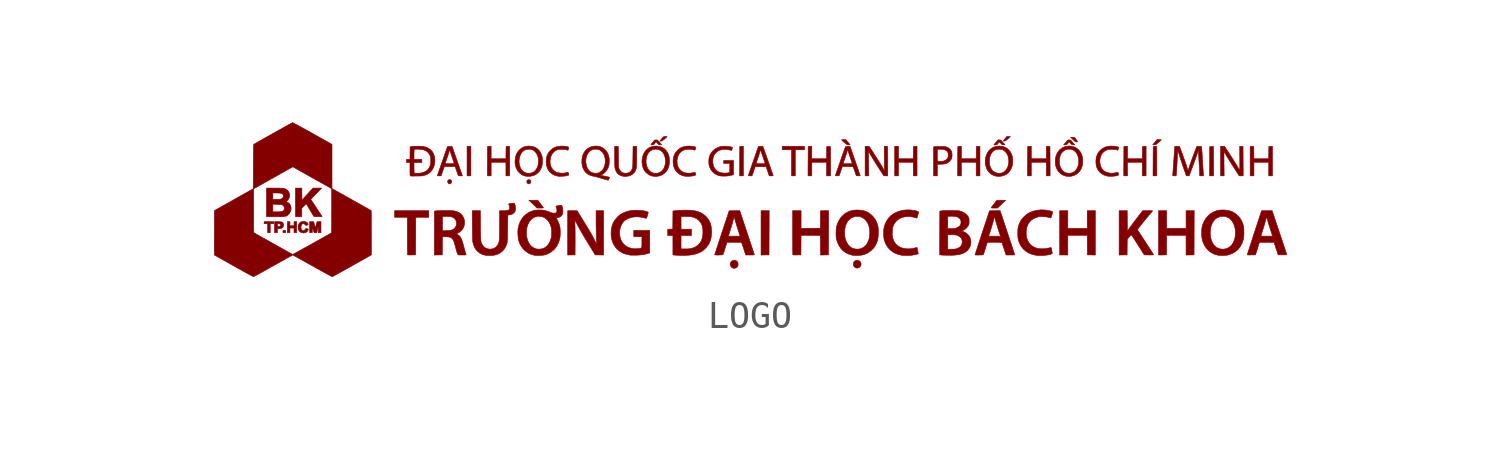
<source format=kicad_sym>
(kicad_symbol_lib
  (version 20220914)
  (generator "bitmap2component")
  (generator_version "8.0")
  (symbol "LOGO"
    (pin_names
      (offset 1.016))
    (property "Reference" "#G"
      (at 0 2.251 0)
      (effects (font (size 1.27 1.27)) hide))
    (symbol "LOGO_0_0"
      (polyline (pts (xy -15.596 -2.873) (xy -15.581 -2.866) (xy -15.549 -2.849) (xy -15.502 -2.823) (xy -15.441 -2.79) (xy -15.367 -2.749) (xy -15.281 -2.701) (xy -15.186 -2.649) (xy -15.083 -2.591) (xy -14.973 -2.53) (xy -14.858 -2.465) (xy -14.137 -2.06) (xy -14.14 -1.234) (xy -14.143 -0.409) (xy -14.875 0.003) (xy -15.607 0.414) (xy -15.607 1.238) (xy -15.607 2.061) (xy -16.333 2.469) (xy -16.347 2.477) (xy -16.463 2.542) (xy -16.574 2.603) (xy -16.678 2.661) (xy -16.773 2.713) (xy -16.857 2.759) (xy -16.93 2.798) (xy -16.99 2.83) (xy -17.035 2.853) (xy -17.065 2.868) (xy -17.077 2.872) (xy -17.077 2.872) (xy -17.089 2.866) (xy -17.118 2.85) (xy -17.162 2.826) (xy -17.22 2.795) (xy -17.289 2.756) (xy -17.369 2.712) (xy -17.456 2.663) (xy -17.549 2.611) (xy -17.648 2.557) (xy -17.748 2.5) (xy -17.85 2.443) (xy -17.951 2.387) (xy -18.049 2.332) (xy -18.143 2.279) (xy -18.23 2.229) (xy -18.309 2.185) (xy -18.379 2.145) (xy -18.437 2.112) (xy -18.481 2.087) (xy -18.511 2.07) (xy -18.523 2.062) (xy -18.524 2.061) (xy -18.526 2.052) (xy -18.529 2.034) (xy -18.53 2.004) (xy -18.532 1.962) (xy -18.534 1.907) (xy -18.535 1.837) (xy -18.536 1.752) (xy -18.537 1.649) (xy -18.538 1.529) (xy -18.539 1.389) (xy -18.539 1.229) (xy -18.542 0.407) (xy -19.266 0.000200) (xy -19.99 -0.407) (xy -19.993 -1.23) (xy -18.526 -1.23) (xy -18.526 -0.412) (xy -18.526 0.405) (xy -17.939 0.735) (xy -17.84 0.79) (xy -17.733 0.85) (xy -17.63 0.908) (xy -17.533 0.963) (xy -17.444 1.013) (xy -17.365 1.057) (xy -17.298 1.094) (xy -17.246 1.124) (xy -17.21 1.143) (xy -17.068 1.223) (xy -16.343 0.816) (xy -15.618 0.409) (xy -15.621 -0.414) (xy -15.624 -1.237) (xy -16.342 -1.64) (xy -16.357 -1.648) (xy -16.471 -1.712) (xy -16.579 -1.773) (xy -16.681 -1.829) (xy -16.774 -1.881) (xy -16.857 -1.927) (xy -16.929 -1.966) (xy -16.987 -1.998) (xy -17.032 -2.022) (xy -17.06 -2.037) (xy -17.071 -2.042) (xy -17.072 -2.042) (xy -17.085 -2.035) (xy -17.116 -2.019) (xy -17.163 -1.993) (xy -17.224 -1.96) (xy -17.297 -1.919) (xy -17.382 -1.872) (xy -17.477 -1.819) (xy -17.58 -1.762) (xy -17.689 -1.7) (xy -17.804 -1.636) (xy -18.526 -1.23) (xy -19.993 -1.23) (xy -19.993 -1.234) (xy -19.996 -2.062) (xy -19.274 -2.468) (xy -19.207 -2.506) (xy -19.079 -2.578) (xy -18.962 -2.643) (xy -18.858 -2.701) (xy -18.765 -2.751) (xy -18.687 -2.794) (xy -18.623 -2.827) (xy -18.575 -2.852) (xy -18.544 -2.867) (xy -18.531 -2.872) (xy -18.53 -2.871) (xy -18.516 -2.865) (xy -18.484 -2.848) (xy -18.437 -2.823) (xy -18.375 -2.79) (xy -18.301 -2.749) (xy -18.216 -2.702) (xy -18.121 -2.649) (xy -18.018 -2.592) (xy -17.908 -2.531) (xy -17.793 -2.466) (xy -17.78 -2.459) (xy -17.666 -2.395) (xy -17.558 -2.334) (xy -17.456 -2.278) (xy -17.364 -2.226) (xy -17.281 -2.18) (xy -17.21 -2.141) (xy -17.151 -2.108) (xy -17.107 -2.085) (xy -17.079 -2.07) (xy -17.069 -2.064) (xy -17.068 -2.065) (xy -17.054 -2.071) (xy -17.024 -2.088) (xy -16.977 -2.113) (xy -16.917 -2.147) (xy -16.843 -2.187) (xy -16.759 -2.234) (xy -16.664 -2.287) (xy -16.561 -2.344) (xy -16.452 -2.406) (xy -16.337 -2.47) (xy -16.319 -2.48) (xy -16.204 -2.545) (xy -16.095 -2.605) (xy -15.993 -2.662) (xy -15.899 -2.713) (xy -15.815 -2.759) (xy -15.742 -2.798) (xy -15.683 -2.83) (xy -15.638 -2.854) (xy -15.608 -2.868) (xy -15.596 -2.873) (xy -15.596 -2.873)) (stroke (width 0.01) (type default)) (fill (type outline)))
      (polyline (pts (xy -0.543 -2.544) (xy -0.52 -2.529) (xy -0.487 -2.492) (xy -0.469 -2.447) (xy -0.465 -2.397) (xy -0.475 -2.349) (xy -0.5 -2.307) (xy -0.539 -2.276) (xy -0.561 -2.266) (xy -0.614 -2.259) (xy -0.665 -2.269) (xy -0.709 -2.295) (xy -0.743 -2.336) (xy -0.762 -2.389) (xy -0.761 -2.427) (xy -0.745 -2.473) (xy -0.717 -2.514) (xy -0.681 -2.543) (xy -0.648 -2.555) (xy -0.597 -2.56) (xy -0.543 -2.544)) (stroke (width 0.01) (type default)) (fill (type outline)))
      (polyline (pts (xy 4.001 -2.549) (xy 4.044 -2.531) (xy 4.08 -2.502) (xy 4.105 -2.464) (xy 4.118 -2.419) (xy 4.115 -2.371) (xy 4.093 -2.323) (xy 4.064 -2.289) (xy 4.018 -2.265) (xy 3.966 -2.26) (xy 3.907 -2.275) (xy 3.891 -2.283) (xy 3.855 -2.315) (xy 3.834 -2.357) (xy 3.827 -2.405) (xy 3.834 -2.453) (xy 3.857 -2.496) (xy 3.894 -2.53) (xy 3.904 -2.535) (xy 3.953 -2.551) (xy 4.001 -2.549)) (stroke (width 0.01) (type default)) (fill (type outline)))
      (polyline (pts (xy -9.62 -2.08) (xy -9.546 -2.069) (xy -9.438 -2.038) (xy -9.34 -1.989) (xy -9.255 -1.923) (xy -9.184 -1.84) (xy -9.126 -1.742) (xy -9.083 -1.627) (xy -9.08 -1.612) (xy -9.076 -1.592) (xy -9.072 -1.566) (xy -9.069 -1.533) (xy -9.067 -1.491) (xy -9.065 -1.438) (xy -9.063 -1.371) (xy -9.062 -1.289) (xy -9.06 -1.19) (xy -9.058 -1.071) (xy -9.052 -0.58) (xy -8.98 -0.566) (xy -8.944 -0.558) (xy -8.905 -0.547) (xy -8.878 -0.537) (xy -8.877 -0.536) (xy -8.836 -0.507) (xy -8.8 -0.469) (xy -8.777 -0.429) (xy -8.774 -0.419) (xy -8.767 -0.378) (xy -8.766 -0.329) (xy -8.769 -0.277) (xy -8.776 -0.226) (xy -8.787 -0.182) (xy -8.8 -0.149) (xy -8.815 -0.133) (xy -8.823 -0.132) (xy -8.849 -0.133) (xy -8.886 -0.137) (xy -8.927 -0.142) (xy -8.967 -0.147) (xy -8.999 -0.153) (xy -9.016 -0.158) (xy -9.017 -0.164) (xy -9.013 -0.186) (xy -9.002 -0.216) (xy -8.989 -0.261) (xy -8.983 -0.316) (xy -8.994 -0.358) (xy -8.996 -0.363) (xy -9.015 -0.382) (xy -9.043 -0.396) (xy -9.085 -0.404) (xy -9.143 -0.409) (xy -9.219 -0.411) (xy -9.36 -0.411) (xy -9.36 -0.943) (xy -9.361 -1.057) (xy -9.361 -1.173) (xy -9.362 -1.27) (xy -9.363 -1.352) (xy -9.366 -1.42) (xy -9.368 -1.476) (xy -9.373 -1.521) (xy -9.378 -1.558) (xy -9.384 -1.589) (xy -9.393 -1.615) (xy -9.402 -1.639) (xy -9.414 -1.663) (xy -9.438 -1.704) (xy -9.493 -1.765) (xy -9.559 -1.81) (xy -9.635 -1.837) (xy -9.717 -1.845) (xy -9.803 -1.833) (xy -9.804 -1.833) (xy -9.882 -1.802) (xy -9.946 -1.756) (xy -9.995 -1.694) (xy -10.008 -1.673) (xy -10.021 -1.649) (xy -10.032 -1.625) (xy -10.041 -1.6) (xy -10.049 -1.57) (xy -10.055 -1.535) (xy -10.059 -1.492) (xy -10.063 -1.439) (xy -10.065 -1.375) (xy -10.067 -1.296) (xy -10.069 -1.202) (xy -10.07 -1.091) (xy -10.071 -0.959) (xy -10.075 -0.411) (xy -10.226 -0.411) (xy -10.378 -0.411) (xy -10.374 -0.976) (xy -10.373 -1.099) (xy -10.372 -1.205) (xy -10.371 -1.294) (xy -10.37 -1.367) (xy -10.368 -1.426) (xy -10.367 -1.473) (xy -10.365 -1.511) (xy -10.362 -1.541) (xy -10.359 -1.566) (xy -10.355 -1.587) (xy -10.351 -1.607) (xy -10.346 -1.627) (xy -10.328 -1.685) (xy -10.292 -1.774) (xy -10.249 -1.849) (xy -10.196 -1.914) (xy -10.181 -1.929) (xy -10.102 -1.991) (xy -10.011 -2.038) (xy -9.911 -2.069) (xy -9.871 -2.076) (xy -9.791 -2.083) (xy -9.705 -2.084) (xy -9.62 -2.08)) (stroke (width 0.01) (type default)) (fill (type outline)))
      (polyline (pts (xy -7.906 -2.082) (xy -7.837 -2.079) (xy -7.77 -2.074) (xy -7.712 -2.067) (xy -7.669 -2.059) (xy -7.657 -2.056) (xy -7.538 -2.011) (xy -7.43 -1.947) (xy -7.333 -1.865) (xy -7.275 -1.801) (xy -7.213 -1.71) (xy -7.164 -1.61) (xy -7.126 -1.494) (xy -7.126 -1.494) (xy -7.114 -1.445) (xy -7.106 -1.401) (xy -7.101 -1.356) (xy -7.098 -1.302) (xy -7.097 -1.232) (xy -7.097 -1.182) (xy -7.1 -1.112) (xy -7.104 -1.053) (xy -7.111 -1.011) (xy -7.116 -0.988) (xy -7.137 -0.92) (xy -7.163 -0.849) (xy -7.192 -0.784) (xy -7.22 -0.732) (xy -7.233 -0.71) (xy -7.245 -0.689) (xy -7.248 -0.681) (xy -7.243 -0.681) (xy -7.207 -0.675) (xy -7.162 -0.663) (xy -7.119 -0.648) (xy -7.088 -0.632) (xy -7.048 -0.598) (xy -7.02 -0.553) (xy -7.004 -0.495) (xy -6.999 -0.422) (xy -6.999 -0.42) (xy -7.002 -0.365) (xy -7.009 -0.312) (xy -7.021 -0.265) (xy -7.034 -0.229) (xy -7.048 -0.21) (xy -7.055 -0.209) (xy -7.079 -0.21) (xy -7.117 -0.215) (xy -7.162 -0.222) (xy -7.188 -0.227) (xy -7.226 -0.235) (xy -7.248 -0.242) (xy -7.258 -0.249) (xy -7.257 -0.258) (xy -7.253 -0.268) (xy -7.228 -0.344) (xy -7.219 -0.406) (xy -7.226 -0.453) (xy -7.248 -0.485) (xy -7.287 -0.503) (xy -7.34 -0.505) (xy -7.408 -0.492) (xy -7.492 -0.464) (xy -7.525 -0.451) (xy -7.601 -0.424) (xy -7.668 -0.405) (xy -7.732 -0.393) (xy -7.8 -0.387) (xy -7.879 -0.385) (xy -7.891 -0.385) (xy -7.956 -0.386) (xy -8.008 -0.39) (xy -8.053 -0.397) (xy -8.099 -0.409) (xy -8.119 -0.415) (xy -8.241 -0.463) (xy -8.35 -0.528) (xy -8.444 -0.609) (xy -8.524 -0.705) (xy -8.589 -0.815) (xy -8.637 -0.938) (xy -8.669 -1.074) (xy -8.669 -1.075) (xy -8.676 -1.141) (xy -8.678 -1.22) (xy -8.677 -1.263) (xy -8.359 -1.263) (xy -8.354 -1.137) (xy -8.336 -1.028) (xy -8.302 -0.922) (xy -8.255 -0.831) (xy -8.196 -0.754) (xy -8.124 -0.693) (xy -8.042 -0.65) (xy -7.95 -0.625) (xy -7.92 -0.622) (xy -7.828 -0.624) (xy -7.741 -0.646) (xy -7.661 -0.686) (xy -7.59 -0.745) (xy -7.528 -0.82) (xy -7.478 -0.911) (xy -7.44 -1.016) (xy -7.436 -1.031) (xy -7.427 -1.091) (xy -7.421 -1.164) (xy -7.42 -1.243) (xy -7.423 -1.321) (xy -7.429 -1.392) (xy -7.439 -1.448) (xy -7.441 -1.452) (xy -7.476 -1.554) (xy -7.524 -1.643) (xy -7.583 -1.718) (xy -7.65 -1.776) (xy -7.725 -1.816) (xy -7.739 -1.821) (xy -7.803 -1.837) (xy -7.873 -1.844) (xy -7.941 -1.843) (xy -7.999 -1.834) (xy -8.006 -1.832) (xy -8.092 -1.796) (xy -8.168 -1.741) (xy -8.232 -1.671) (xy -8.284 -1.587) (xy -8.323 -1.489) (xy -8.348 -1.381) (xy -8.359 -1.263) (xy -8.677 -1.263) (xy -8.676 -1.304) (xy -8.67 -1.387) (xy -8.661 -1.462) (xy -8.648 -1.522) (xy -8.612 -1.623) (xy -8.553 -1.737) (xy -8.478 -1.838) (xy -8.39 -1.923) (xy -8.29 -1.991) (xy -8.178 -2.043) (xy -8.055 -2.076) (xy -8.026 -2.079) (xy -7.971 -2.082) (xy -7.906 -2.082)) (stroke (width 0.01) (type default)) (fill (type outline)))
      (polyline (pts (xy -2.521 -2.081) (xy -2.459 -2.08) (xy -2.44 -2.079) (xy -2.302 -2.071) (xy -2.18 -2.056) (xy -2.07 -2.032) (xy -1.968 -2) (xy -1.87 -1.958) (xy -1.801 -1.917) (xy -1.726 -1.857) (xy -1.656 -1.786) (xy -1.595 -1.71) (xy -1.548 -1.632) (xy -1.528 -1.588) (xy -1.494 -1.498) (xy -1.472 -1.407) (xy -1.459 -1.308) (xy -1.456 -1.194) (xy -1.457 -1.14) (xy -1.469 -1.014) (xy -1.494 -0.903) (xy -1.534 -0.804) (xy -1.589 -0.715) (xy -1.659 -0.633) (xy -1.695 -0.599) (xy -1.775 -0.536) (xy -1.862 -0.486) (xy -1.961 -0.447) (xy -2.076 -0.416) (xy -2.106 -0.411) (xy -2.179 -0.402) (xy -2.267 -0.396) (xy -2.365 -0.392) (xy -2.47 -0.392) (xy -2.575 -0.394) (xy -2.678 -0.399) (xy -2.773 -0.407) (xy -2.856 -0.418) (xy -2.896 -0.424) (xy -2.899 -0.761) (xy -2.902 -1.097) (xy -2.997 -1.1) (xy -3.091 -1.103) (xy -3.091 -1.222) (xy -3.091 -1.34) (xy -2.994 -1.34) (xy -2.897 -1.34) (xy -2.897 -1.589) (xy -2.594 -1.589) (xy -2.594 -1.34) (xy -2.4 -1.34) (xy -2.205 -1.34) (xy -2.205 -1.221) (xy -2.205 -1.103) (xy -2.4 -1.103) (xy -2.594 -1.103) (xy -2.594 -0.872) (xy -2.594 -0.641) (xy -2.554 -0.634) (xy -2.536 -0.631) (xy -2.483 -0.628) (xy -2.419 -0.627) (xy -2.351 -0.628) (xy -2.284 -0.631) (xy -2.226 -0.637) (xy -2.183 -0.644) (xy -2.105 -0.667) (xy -2.011 -0.712) (xy -1.932 -0.772) (xy -1.869 -0.847) (xy -1.841 -0.894) (xy -1.811 -0.958) (xy -1.792 -1.028) (xy -1.782 -1.109) (xy -1.778 -1.205) (xy -1.779 -1.249) (xy -1.788 -1.357) (xy -1.807 -1.45) (xy -1.838 -1.532) (xy -1.882 -1.604) (xy -1.94 -1.671) (xy -1.974 -1.704) (xy -2.04 -1.752) (xy -2.114 -1.788) (xy -2.202 -1.817) (xy -2.208 -1.818) (xy -2.253 -1.827) (xy -2.303 -1.833) (xy -2.363 -1.837) (xy -2.439 -1.837) (xy -2.594 -1.837) (xy -2.594 -1.589) (xy -2.897 -1.589) (xy -2.897 -1.701) (xy -2.897 -2.062) (xy -2.808 -2.069) (xy -2.801 -2.07) (xy -2.752 -2.073) (xy -2.704 -2.077) (xy -2.67 -2.08) (xy -2.662 -2.08) (xy -2.627 -2.081) (xy -2.578 -2.081) (xy -2.521 -2.081)) (stroke (width 0.01) (type default)) (fill (type outline)))
      (polyline (pts (xy 4.056 -2.078) (xy 4.136 -2.068) (xy 4.204 -2.054) (xy 4.286 -2.026) (xy 4.372 -1.985) (xy 4.451 -1.931) (xy 4.53 -1.86) (xy 4.536 -1.853) (xy 4.581 -1.806) (xy 4.615 -1.765) (xy 4.642 -1.724) (xy 4.668 -1.675) (xy 4.677 -1.656) (xy 4.707 -1.589) (xy 4.729 -1.527) (xy 4.744 -1.464) (xy 4.753 -1.396) (xy 4.758 -1.317) (xy 4.76 -1.221) (xy 4.76 -1.178) (xy 4.759 -1.118) (xy 4.758 -1.072) (xy 4.754 -1.036) (xy 4.749 -1.004) (xy 4.741 -0.972) (xy 4.73 -0.935) (xy 4.727 -0.924) (xy 4.691 -0.827) (xy 4.65 -0.745) (xy 4.599 -0.671) (xy 4.534 -0.6) (xy 4.505 -0.572) (xy 4.418 -0.502) (xy 4.326 -0.45) (xy 4.226 -0.414) (xy 4.114 -0.393) (xy 3.988 -0.386) (xy 3.921 -0.387) (xy 3.838 -0.393) (xy 3.763 -0.408) (xy 3.689 -0.432) (xy 3.61 -0.467) (xy 3.602 -0.471) (xy 3.556 -0.496) (xy 3.515 -0.523) (xy 3.474 -0.557) (xy 3.426 -0.604) (xy 3.408 -0.623) (xy 3.367 -0.667) (xy 3.336 -0.706) (xy 3.309 -0.748) (xy 3.282 -0.8) (xy 3.256 -0.855) (xy 3.227 -0.927) (xy 3.207 -0.996) (xy 3.193 -1.067) (xy 3.187 -1.147) (xy 3.184 -1.243) (xy 3.184 -1.252) (xy 3.504 -1.252) (xy 3.507 -1.164) (xy 3.515 -1.081) (xy 3.528 -1.011) (xy 3.544 -0.959) (xy 3.586 -0.864) (xy 3.639 -0.783) (xy 3.703 -0.718) (xy 3.776 -0.67) (xy 3.8 -0.659) (xy 3.893 -0.63) (xy 3.983 -0.621) (xy 4.07 -0.632) (xy 4.152 -0.661) (xy 4.228 -0.708) (xy 4.294 -0.771) (xy 4.351 -0.849) (xy 4.396 -0.942) (xy 4.427 -1.049) (xy 4.431 -1.067) (xy 4.44 -1.149) (xy 4.441 -1.241) (xy 4.436 -1.335) (xy 4.424 -1.423) (xy 4.406 -1.499) (xy 4.396 -1.527) (xy 4.352 -1.623) (xy 4.296 -1.701) (xy 4.228 -1.764) (xy 4.145 -1.812) (xy 4.085 -1.833) (xy 3.999 -1.845) (xy 3.911 -1.841) (xy 3.825 -1.821) (xy 3.748 -1.785) (xy 3.689 -1.739) (xy 3.631 -1.672) (xy 3.582 -1.591) (xy 3.543 -1.501) (xy 3.517 -1.405) (xy 3.508 -1.337) (xy 3.504 -1.252) (xy 3.184 -1.252) (xy 3.184 -1.282) (xy 3.186 -1.349) (xy 3.189 -1.403) (xy 3.195 -1.447) (xy 3.204 -1.486) (xy 3.237 -1.591) (xy 3.292 -1.712) (xy 3.362 -1.816) (xy 3.446 -1.904) (xy 3.544 -1.976) (xy 3.654 -2.031) (xy 3.778 -2.069) (xy 3.811 -2.075) (xy 3.885 -2.082) (xy 3.97 -2.083) (xy 4.056 -2.078)) (stroke (width 0.01) (type default)) (fill (type outline)))
      (polyline (pts (xy 5.891 -2.082) (xy 6 -2.074) (xy 6.103 -2.058) (xy 6.192 -2.037) (xy 6.25 -2.02) (xy 6.244 -1.974) (xy 6.239 -1.943) (xy 6.23 -1.899) (xy 6.22 -1.853) (xy 6.203 -1.776) (xy 6.146 -1.795) (xy 6.071 -1.815) (xy 5.972 -1.83) (xy 5.869 -1.834) (xy 5.769 -1.828) (xy 5.68 -1.812) (xy 5.679 -1.812) (xy 5.575 -1.774) (xy 5.486 -1.72) (xy 5.411 -1.649) (xy 5.35 -1.563) (xy 5.305 -1.461) (xy 5.304 -1.459) (xy 5.294 -1.425) (xy 5.287 -1.392) (xy 5.283 -1.355) (xy 5.28 -1.307) (xy 5.28 -1.243) (xy 5.28 -1.196) (xy 5.283 -1.127) (xy 5.29 -1.07) (xy 5.303 -1.02) (xy 5.321 -0.971) (xy 5.347 -0.917) (xy 5.384 -0.856) (xy 5.451 -0.781) (xy 5.531 -0.72) (xy 5.625 -0.674) (xy 5.729 -0.644) (xy 5.841 -0.631) (xy 5.961 -0.635) (xy 5.984 -0.638) (xy 6.04 -0.647) (xy 6.093 -0.658) (xy 6.133 -0.67) (xy 6.163 -0.68) (xy 6.189 -0.687) (xy 6.199 -0.689) (xy 6.202 -0.681) (xy 6.21 -0.657) (xy 6.222 -0.619) (xy 6.235 -0.573) (xy 6.239 -0.558) (xy 6.253 -0.509) (xy 6.259 -0.476) (xy 6.255 -0.454) (xy 6.24 -0.44) (xy 6.212 -0.429) (xy 6.168 -0.418) (xy 6.115 -0.406) (xy 5.972 -0.385) (xy 5.83 -0.381) (xy 5.693 -0.394) (xy 5.562 -0.423) (xy 5.439 -0.467) (xy 5.327 -0.526) (xy 5.228 -0.599) (xy 5.144 -0.685) (xy 5.109 -0.732) (xy 5.057 -0.819) (xy 5.013 -0.915) (xy 4.981 -1.011) (xy 4.97 -1.067) (xy 4.96 -1.151) (xy 4.956 -1.244) (xy 4.959 -1.337) (xy 4.967 -1.424) (xy 4.981 -1.497) (xy 4.989 -1.525) (xy 5.035 -1.646) (xy 5.098 -1.754) (xy 5.177 -1.848) (xy 5.196 -1.866) (xy 5.286 -1.94) (xy 5.383 -1.998) (xy 5.492 -2.04) (xy 5.615 -2.07) (xy 5.682 -2.079) (xy 5.783 -2.084) (xy 5.891 -2.082)) (stroke (width 0.01) (type default)) (fill (type outline)))
      (polyline (pts (xy 10.841 -2.084) (xy 10.917 -2.08) (xy 10.991 -2.073) (xy 11.062 -2.064) (xy 11.125 -2.053) (xy 11.178 -2.039) (xy 11.218 -2.024) (xy 11.242 -2.009) (xy 11.248 -1.992) (xy 11.247 -1.987) (xy 11.241 -1.962) (xy 11.233 -1.925) (xy 11.224 -1.881) (xy 11.22 -1.863) (xy 11.212 -1.824) (xy 11.206 -1.797) (xy 11.202 -1.785) (xy 11.199 -1.785) (xy 11.179 -1.788) (xy 11.146 -1.796) (xy 11.104 -1.806) (xy 11.058 -1.816) (xy 10.978 -1.827) (xy 10.893 -1.832) (xy 10.81 -1.831) (xy 10.735 -1.825) (xy 10.673 -1.812) (xy 10.649 -1.804) (xy 10.547 -1.76) (xy 10.461 -1.701) (xy 10.39 -1.627) (xy 10.335 -1.537) (xy 10.294 -1.432) (xy 10.288 -1.409) (xy 10.277 -1.338) (xy 10.273 -1.257) (xy 10.275 -1.173) (xy 10.284 -1.094) (xy 10.299 -1.027) (xy 10.303 -1.016) (xy 10.344 -0.916) (xy 10.398 -0.832) (xy 10.467 -0.762) (xy 10.552 -0.707) (xy 10.654 -0.663) (xy 10.658 -0.662) (xy 10.696 -0.65) (xy 10.731 -0.641) (xy 10.767 -0.637) (xy 10.813 -0.635) (xy 10.873 -0.634) (xy 10.92 -0.635) (xy 10.985 -0.639) (xy 11.039 -0.646) (xy 11.089 -0.657) (xy 11.097 -0.659) (xy 11.137 -0.67) (xy 11.168 -0.678) (xy 11.185 -0.683) (xy 11.19 -0.681) (xy 11.201 -0.666) (xy 11.215 -0.632) (xy 11.231 -0.578) (xy 11.241 -0.545) (xy 11.252 -0.504) (xy 11.26 -0.473) (xy 11.262 -0.458) (xy 11.256 -0.451) (xy 11.233 -0.44) (xy 11.2 -0.429) (xy 11.134 -0.411) (xy 10.979 -0.386) (xy 10.824 -0.381) (xy 10.671 -0.397) (xy 10.522 -0.433) (xy 10.429 -0.468) (xy 10.347 -0.511) (xy 10.27 -0.566) (xy 10.191 -0.638) (xy 10.169 -0.66) (xy 10.13 -0.702) (xy 10.1 -0.74) (xy 10.074 -0.781) (xy 10.048 -0.832) (xy 10.031 -0.868) (xy 10.005 -0.928) (xy 9.986 -0.983) (xy 9.973 -1.038) (xy 9.965 -1.097) (xy 9.961 -1.167) (xy 9.96 -1.254) (xy 9.96 -1.283) (xy 9.962 -1.365) (xy 9.967 -1.432) (xy 9.976 -1.49) (xy 9.991 -1.544) (xy 10.012 -1.598) (xy 10.04 -1.659) (xy 10.087 -1.741) (xy 10.163 -1.838) (xy 10.254 -1.919) (xy 10.36 -1.985) (xy 10.481 -2.036) (xy 10.618 -2.071) (xy 10.633 -2.073) (xy 10.696 -2.081) (xy 10.766 -2.084) (xy 10.841 -2.084)) (stroke (width 0.01) (type default)) (fill (type outline)))
      (polyline (pts (xy 17.691 -2.078) (xy 17.762 -2.071) (xy 17.818 -2.06) (xy 17.849 -2.05) (xy 17.969 -2.002) (xy 18.076 -1.938) (xy 18.169 -1.857) (xy 18.247 -1.76) (xy 18.311 -1.647) (xy 18.36 -1.518) (xy 18.365 -1.5) (xy 18.374 -1.465) (xy 18.381 -1.433) (xy 18.385 -1.398) (xy 18.388 -1.357) (xy 18.389 -1.303) (xy 18.39 -1.232) (xy 18.39 -1.17) (xy 18.387 -1.092) (xy 18.381 -1.027) (xy 18.371 -0.969) (xy 18.355 -0.914) (xy 18.332 -0.856) (xy 18.302 -0.79) (xy 18.297 -0.778) (xy 18.27 -0.729) (xy 18.243 -0.687) (xy 18.21 -0.647) (xy 18.166 -0.601) (xy 18.115 -0.553) (xy 18.031 -0.491) (xy 17.94 -0.444) (xy 17.837 -0.409) (xy 17.816 -0.404) (xy 17.739 -0.392) (xy 17.652 -0.386) (xy 17.563 -0.385) (xy 17.478 -0.391) (xy 17.407 -0.404) (xy 17.37 -0.414) (xy 17.255 -0.459) (xy 17.149 -0.523) (xy 17.055 -0.602) (xy 16.975 -0.695) (xy 16.912 -0.8) (xy 16.885 -0.856) (xy 16.856 -0.927) (xy 16.836 -0.996) (xy 16.823 -1.067) (xy 16.817 -1.147) (xy 16.816 -1.195) (xy 17.135 -1.195) (xy 17.147 -1.083) (xy 17.173 -0.969) (xy 17.212 -0.87) (xy 17.264 -0.786) (xy 17.329 -0.72) (xy 17.405 -0.67) (xy 17.495 -0.636) (xy 17.587 -0.621) (xy 17.676 -0.626) (xy 17.759 -0.65) (xy 17.837 -0.692) (xy 17.906 -0.751) (xy 17.966 -0.826) (xy 18.015 -0.917) (xy 18.05 -1.023) (xy 18.063 -1.092) (xy 18.071 -1.177) (xy 18.072 -1.267) (xy 18.066 -1.354) (xy 18.055 -1.43) (xy 18.031 -1.512) (xy 17.988 -1.609) (xy 17.932 -1.692) (xy 17.864 -1.758) (xy 17.785 -1.807) (xy 17.728 -1.828) (xy 17.638 -1.845) (xy 17.547 -1.843) (xy 17.458 -1.823) (xy 17.377 -1.785) (xy 17.346 -1.763) (xy 17.28 -1.7) (xy 17.225 -1.621) (xy 17.182 -1.528) (xy 17.152 -1.425) (xy 17.136 -1.313) (xy 17.135 -1.195) (xy 16.816 -1.195) (xy 16.815 -1.243) (xy 16.816 -1.305) (xy 16.82 -1.391) (xy 16.831 -1.465) (xy 16.848 -1.534) (xy 16.874 -1.604) (xy 16.909 -1.681) (xy 16.925 -1.712) (xy 16.994 -1.817) (xy 17.077 -1.905) (xy 17.174 -1.976) (xy 17.284 -2.031) (xy 17.408 -2.069) (xy 17.408 -2.069) (xy 17.465 -2.077) (xy 17.536 -2.082) (xy 17.614 -2.082) (xy 17.691 -2.078)) (stroke (width 0.01) (type default)) (fill (type outline)))
      (polyline (pts (xy -4.333 -2.071) (xy -4.269 -2.07) (xy -4.173 -2.067) (xy -4.081 -2.059) (xy -3.996 -2.047) (xy -3.912 -2.03) (xy -3.822 -2.006) (xy -3.761 -1.988) (xy -3.761 -1.567) (xy -3.761 -1.146) (xy -4.059 -1.146) (xy -4.356 -1.146) (xy -4.356 -1.265) (xy -4.356 -1.383) (xy -4.205 -1.383) (xy -4.053 -1.383) (xy -4.053 -1.589) (xy -4.053 -1.626) (xy -4.053 -1.691) (xy -4.055 -1.74) (xy -4.059 -1.773) (xy -4.069 -1.795) (xy -4.085 -1.809) (xy -4.11 -1.816) (xy -4.144 -1.821) (xy -4.19 -1.826) (xy -4.213 -1.829) (xy -4.337 -1.831) (xy -4.45 -1.815) (xy -4.554 -1.782) (xy -4.645 -1.733) (xy -4.723 -1.668) (xy -4.788 -1.589) (xy -4.837 -1.495) (xy -4.869 -1.388) (xy -4.872 -1.373) (xy -4.884 -1.263) (xy -4.88 -1.155) (xy -4.86 -1.051) (xy -4.825 -0.955) (xy -4.777 -0.87) (xy -4.715 -0.799) (xy -4.672 -0.764) (xy -4.582 -0.711) (xy -4.48 -0.672) (xy -4.368 -0.648) (xy -4.249 -0.639) (xy -4.127 -0.647) (xy -4.003 -0.671) (xy -3.982 -0.677) (xy -3.936 -0.689) (xy -3.905 -0.694) (xy -3.885 -0.688) (xy -3.872 -0.67) (xy -3.86 -0.638) (xy -3.847 -0.589) (xy -3.837 -0.556) (xy -3.826 -0.515) (xy -3.819 -0.487) (xy -3.816 -0.474) (xy -3.817 -0.472) (xy -3.832 -0.462) (xy -3.857 -0.45) (xy -3.886 -0.44) (xy -3.967 -0.42) (xy -4.061 -0.405) (xy -4.163 -0.397) (xy -4.269 -0.394) (xy -4.373 -0.398) (xy -4.471 -0.408) (xy -4.556 -0.425) (xy -4.576 -0.431) (xy -4.64 -0.452) (xy -4.708 -0.478) (xy -4.767 -0.504) (xy -4.801 -0.522) (xy -4.843 -0.546) (xy -4.881 -0.573) (xy -4.92 -0.607) (xy -4.967 -0.653) (xy -4.968 -0.654) (xy -5.045 -0.741) (xy -5.105 -0.831) (xy -5.149 -0.926) (xy -5.18 -1.033) (xy -5.198 -1.155) (xy -5.198 -1.156) (xy -5.203 -1.293) (xy -5.19 -1.424) (xy -5.159 -1.548) (xy -5.112 -1.662) (xy -5.048 -1.764) (xy -4.97 -1.853) (xy -4.877 -1.928) (xy -4.874 -1.929) (xy -4.81 -1.968) (xy -4.744 -2) (xy -4.671 -2.026) (xy -4.587 -2.048) (xy -4.486 -2.069) (xy -4.472 -2.07) (xy -4.439 -2.071) (xy -4.391 -2.071) (xy -4.333 -2.071)) (stroke (width 0.01) (type default)) (fill (type outline)))
      (polyline (pts (xy 7.509 -2.073) (xy 7.622 -2.067) (xy 7.72 -2.056) (xy 7.806 -2.039) (xy 7.882 -2.016) (xy 7.952 -1.986) (xy 8.016 -1.95) (xy 8.089 -1.888) (xy 8.146 -1.815) (xy 8.187 -1.733) (xy 8.209 -1.645) (xy 8.212 -1.554) (xy 8.194 -1.461) (xy 8.191 -1.451) (xy 8.153 -1.368) (xy 8.099 -1.298) (xy 8.027 -1.24) (xy 7.938 -1.194) (xy 7.876 -1.169) (xy 7.933 -1.141) (xy 7.994 -1.103) (xy 8.061 -1.042) (xy 8.113 -0.971) (xy 8.126 -0.945) (xy 8.136 -0.92) (xy 8.141 -0.893) (xy 8.144 -0.857) (xy 8.144 -0.805) (xy 8.144 -0.785) (xy 8.143 -0.737) (xy 8.139 -0.703) (xy 8.132 -0.677) (xy 8.12 -0.651) (xy 8.079 -0.59) (xy 8.014 -0.525) (xy 7.931 -0.473) (xy 7.831 -0.432) (xy 7.825 -0.43) (xy 7.798 -0.422) (xy 7.771 -0.416) (xy 7.74 -0.412) (xy 7.702 -0.409) (xy 7.653 -0.407) (xy 7.589 -0.405) (xy 7.506 -0.404) (xy 7.393 -0.403) (xy 7.296 -0.404) (xy 7.216 -0.408) (xy 7.155 -0.413) (xy 7.053 -0.427) (xy 7.051 -0.856) (xy 7.35 -0.856) (xy 7.35 -0.628) (xy 7.411 -0.621) (xy 7.46 -0.617) (xy 7.524 -0.618) (xy 7.589 -0.623) (xy 7.648 -0.631) (xy 7.694 -0.642) (xy 7.72 -0.653) (xy 7.779 -0.69) (xy 7.82 -0.737) (xy 7.841 -0.794) (xy 7.844 -0.861) (xy 7.835 -0.909) (xy 7.81 -0.961) (xy 7.769 -1.004) (xy 7.708 -1.04) (xy 7.682 -1.053) (xy 7.655 -1.063) (xy 7.629 -1.07) (xy 7.596 -1.075) (xy 7.553 -1.077) (xy 7.494 -1.079) (xy 7.35 -1.083) (xy 7.35 -0.856) (xy 7.051 -0.856) (xy 7.05 -1.24) (xy 7.049 -1.578) (xy 7.35 -1.578) (xy 7.35 -1.306) (xy 7.51 -1.309) (xy 7.549 -1.31) (xy 7.601 -1.312) (xy 7.639 -1.315) (xy 7.667 -1.319) (xy 7.691 -1.326) (xy 7.716 -1.337) (xy 7.745 -1.351) (xy 7.755 -1.357) (xy 7.813 -1.394) (xy 7.853 -1.436) (xy 7.876 -1.486) (xy 7.887 -1.548) (xy 7.888 -1.596) (xy 7.875 -1.665) (xy 7.845 -1.723) (xy 7.795 -1.771) (xy 7.726 -1.811) (xy 7.701 -1.822) (xy 7.675 -1.831) (xy 7.647 -1.837) (xy 7.612 -1.842) (xy 7.566 -1.844) (xy 7.504 -1.846) (xy 7.35 -1.851) (xy 7.35 -1.578) (xy 7.049 -1.578) (xy 7.047 -2.053) (xy 7.071 -2.059) (xy 7.078 -2.06) (xy 7.109 -2.064) (xy 7.144 -2.068) (xy 7.162 -2.069) (xy 7.202 -2.07) (xy 7.255 -2.071) (xy 7.317 -2.072) (xy 7.383 -2.073) (xy 7.509 -2.073)) (stroke (width 0.01) (type default)) (fill (type outline)))
      (polyline (pts (xy -12.636 -2.062) (xy -12.489 -2.059) (xy -12.486 -1.359) (xy -12.484 -0.659) (xy -12.241 -0.659) (xy -11.998 -0.659) (xy -11.998 -0.535) (xy -11.998 -0.411) (xy -12.635 -0.411) (xy -13.273 -0.411) (xy -13.273 -0.535) (xy -13.273 -0.659) (xy -13.035 -0.659) (xy -12.797 -0.659) (xy -12.797 -1.355) (xy -12.797 -1.392) (xy -12.797 -1.511) (xy -12.797 -1.623) (xy -12.796 -1.726) (xy -12.795 -1.819) (xy -12.794 -1.899) (xy -12.793 -1.964) (xy -12.792 -2.014) (xy -12.791 -2.046) (xy -12.79 -2.058) (xy -12.788 -2.058) (xy -12.771 -2.061) (xy -12.736 -2.062) (xy -12.69 -2.063) (xy -12.636 -2.062)) (stroke (width 0.01) (type default)) (fill (type outline)))
      (polyline (pts (xy -11.643 -2.062) (xy -11.495 -2.059) (xy -11.492 -1.721) (xy -11.489 -1.383) (xy -11.373 -1.384) (xy -11.367 -1.384) (xy -11.289 -1.388) (xy -11.225 -1.398) (xy -11.173 -1.418) (xy -11.13 -1.448) (xy -11.095 -1.492) (xy -11.066 -1.552) (xy -11.039 -1.629) (xy -11.013 -1.725) (xy -10.994 -1.802) (xy -10.974 -1.876) (xy -10.955 -1.94) (xy -10.938 -1.993) (xy -10.924 -2.031) (xy -10.914 -2.051) (xy -10.913 -2.052) (xy -10.899 -2.058) (xy -10.868 -2.062) (xy -10.82 -2.064) (xy -10.752 -2.064) (xy -10.694 -2.064) (xy -10.652 -2.063) (xy -10.626 -2.062) (xy -10.611 -2.058) (xy -10.607 -2.053) (xy -10.608 -2.046) (xy -10.613 -2.03) (xy -10.624 -1.994) (xy -10.639 -1.944) (xy -10.657 -1.882) (xy -10.676 -1.813) (xy -10.696 -1.741) (xy -10.716 -1.667) (xy -10.735 -1.598) (xy -10.767 -1.507) (xy -10.799 -1.434) (xy -10.835 -1.377) (xy -10.875 -1.334) (xy -10.921 -1.302) (xy -10.93 -1.297) (xy -10.951 -1.284) (xy -10.959 -1.276) (xy -10.954 -1.271) (xy -10.934 -1.259) (xy -10.905 -1.244) (xy -10.894 -1.239) (xy -10.839 -1.203) (xy -10.785 -1.154) (xy -10.738 -1.099) (xy -10.706 -1.045) (xy -10.687 -0.999) (xy -10.666 -0.908) (xy -10.664 -0.818) (xy -10.68 -0.73) (xy -10.712 -0.649) (xy -10.759 -0.577) (xy -10.822 -0.516) (xy -10.898 -0.47) (xy -10.926 -0.458) (xy -10.965 -0.442) (xy -11.003 -0.429) (xy -11.043 -0.42) (xy -11.088 -0.414) (xy -11.142 -0.41) (xy -11.207 -0.407) (xy -11.288 -0.406) (xy -11.387 -0.407) (xy -11.46 -0.407) (xy -11.537 -0.408) (xy -11.606 -0.41) (xy -11.664 -0.412) (xy -11.707 -0.415) (xy -11.733 -0.418) (xy -11.787 -0.427) (xy -11.788 -0.899) (xy -11.489 -0.899) (xy -11.489 -0.871) (xy -11.489 -0.795) (xy -11.489 -0.737) (xy -11.487 -0.695) (xy -11.485 -0.666) (xy -11.482 -0.648) (xy -11.478 -0.638) (xy -11.472 -0.633) (xy -11.464 -0.631) (xy -11.432 -0.628) (xy -11.387 -0.626) (xy -11.332 -0.626) (xy -11.276 -0.629) (xy -11.221 -0.633) (xy -11.175 -0.638) (xy -11.143 -0.644) (xy -11.09 -0.667) (xy -11.036 -0.708) (xy -10.995 -0.762) (xy -10.971 -0.824) (xy -10.964 -0.898) (xy -10.977 -0.969) (xy -11.008 -1.032) (xy -11.059 -1.085) (xy -11.127 -1.126) (xy -11.136 -1.13) (xy -11.161 -1.139) (xy -11.189 -1.145) (xy -11.224 -1.15) (xy -11.271 -1.153) (xy -11.335 -1.155) (xy -11.489 -1.159) (xy -11.489 -0.899) (xy -11.788 -0.899) (xy -11.79 -1.246) (xy -11.792 -2.065) (xy -11.643 -2.062)) (stroke (width 0.01) (type default)) (fill (type outline)))
      (polyline (pts (xy -6.682 -2.062) (xy -6.545 -2.059) (xy -6.542 -1.611) (xy -6.542 -1.599) (xy -6.542 -1.493) (xy -6.542 -1.385) (xy -6.542 -1.28) (xy -6.543 -1.182) (xy -6.544 -1.094) (xy -6.545 -1.021) (xy -6.547 -0.965) (xy -6.55 -0.904) (xy -6.551 -0.85) (xy -6.551 -0.807) (xy -6.55 -0.779) (xy -6.549 -0.77) (xy -6.549 -0.77) (xy -6.542 -0.781) (xy -6.526 -0.808) (xy -6.505 -0.848) (xy -6.478 -0.898) (xy -6.449 -0.955) (xy -6.423 -1.005) (xy -6.392 -1.062) (xy -6.357 -1.124) (xy -6.317 -1.195) (xy -6.27 -1.274) (xy -6.217 -1.365) (xy -6.155 -1.468) (xy -6.085 -1.584) (xy -6.005 -1.716) (xy -5.914 -1.865) (xy -5.795 -2.059) (xy -5.638 -2.062) (xy -5.48 -2.065) (xy -5.48 -1.238) (xy -5.48 -0.411) (xy -5.62 -0.411) (xy -5.761 -0.411) (xy -5.761 -0.824) (xy -5.761 -0.904) (xy -5.76 -1.009) (xy -5.758 -1.114) (xy -5.757 -1.213) (xy -5.755 -1.304) (xy -5.752 -1.381) (xy -5.749 -1.441) (xy -5.749 -1.443) (xy -5.746 -1.507) (xy -5.743 -1.563) (xy -5.742 -1.608) (xy -5.742 -1.638) (xy -5.743 -1.65) (xy -5.744 -1.651) (xy -5.752 -1.641) (xy -5.766 -1.615) (xy -5.785 -1.578) (xy -5.808 -1.531) (xy -5.825 -1.496) (xy -5.847 -1.45) (xy -5.87 -1.405) (xy -5.896 -1.358) (xy -5.924 -1.307) (xy -5.956 -1.25) (xy -5.994 -1.186) (xy -6.038 -1.111) (xy -6.091 -1.025) (xy -6.152 -0.925) (xy -6.224 -0.808) (xy -6.469 -0.411) (xy -6.644 -0.411) (xy -6.82 -0.411) (xy -6.82 -1.238) (xy -6.82 -2.065) (xy -6.682 -2.062)) (stroke (width 0.01) (type default)) (fill (type outline)))
      (polyline (pts (xy -1.161 -2.064) (xy -1.114 -2.062) (xy -1.073 -2.059) (xy -1.043 -2.055) (xy -1.03 -2.051) (xy -1.03 -2.05) (xy -1.023 -2.034) (xy -1.011 -2) (xy -0.995 -1.953) (xy -0.977 -1.896) (xy -0.957 -1.832) (xy -0.955 -1.824) (xy -0.935 -1.76) (xy -0.917 -1.703) (xy -0.902 -1.657) (xy -0.891 -1.624) (xy -0.884 -1.608) (xy -0.881 -1.603) (xy -0.874 -1.598) (xy -0.861 -1.595) (xy -0.838 -1.592) (xy -0.805 -1.59) (xy -0.758 -1.589) (xy -0.694 -1.589) (xy -0.612 -1.589) (xy -0.61 -1.589) (xy -0.522 -1.589) (xy -0.454 -1.59) (xy -0.403 -1.592) (xy -0.368 -1.594) (xy -0.348 -1.598) (xy -0.339 -1.602) (xy -0.337 -1.605) (xy -0.328 -1.627) (xy -0.315 -1.664) (xy -0.298 -1.714) (xy -0.277 -1.774) (xy -0.256 -1.84) (xy -0.183 -2.064) (xy -0.021 -2.064) (xy 0.007 -2.064) (xy 0.06 -2.063) (xy 0.102 -2.062) (xy 0.13 -2.059) (xy 0.141 -2.056) (xy 0.14 -2.054) (xy 0.134 -2.036) (xy 0.122 -1.999) (xy 0.105 -1.945) (xy 0.082 -1.876) (xy 0.055 -1.794) (xy 0.024 -1.699) (xy -0.011 -1.593) (xy -0.049 -1.479) (xy -0.09 -1.357) (xy -0.132 -1.229) (xy -0.405 -0.41) (xy -0.603 -0.413) (xy -0.801 -0.416) (xy -1.071 -1.232) (xy -1.086 -1.277) (xy -1.113 -1.362) (xy -0.831 -1.362) (xy -0.821 -1.332) (xy -0.794 -1.249) (xy -0.765 -1.159) (xy -0.737 -1.067) (xy -0.71 -0.98) (xy -0.687 -0.9) (xy -0.668 -0.832) (xy -0.654 -0.781) (xy -0.642 -0.736) (xy -0.631 -0.696) (xy -0.621 -0.669) (xy -0.615 -0.659) (xy -0.612 -0.661) (xy -0.603 -0.677) (xy -0.594 -0.705) (xy -0.58 -0.761) (xy -0.563 -0.822) (xy -0.544 -0.885) (xy -0.523 -0.956) (xy -0.497 -1.037) (xy -0.466 -1.134) (xy -0.392 -1.362) (xy -0.612 -1.362) (xy -0.831 -1.362) (xy -1.113 -1.362) (xy -1.127 -1.403) (xy -1.166 -1.522) (xy -1.203 -1.634) (xy -1.236 -1.735) (xy -1.266 -1.826) (xy -1.291 -1.904) (xy -1.312 -1.967) (xy -1.327 -2.015) (xy -1.337 -2.045) (xy -1.34 -2.056) (xy -1.34 -2.057) (xy -1.328 -2.061) (xy -1.299 -2.063) (xy -1.259 -2.065) (xy -1.211 -2.065) (xy -1.161 -2.064)) (stroke (width 0.01) (type default)) (fill (type outline)))
      (polyline (pts (xy 0.538 -2.062) (xy 0.686 -2.059) (xy 0.689 -1.235) (xy 0.692 -0.411) (xy 0.54 -0.411) (xy 0.389 -0.411) (xy 0.389 -1.238) (xy 0.389 -2.065) (xy 0.538 -2.062)) (stroke (width 0.01) (type default)) (fill (type outline)))
      (polyline (pts (xy 2.754 -2.062) (xy 2.902 -2.059) (xy 2.905 -1.235) (xy 2.908 -0.411) (xy 2.756 -0.411) (xy 2.605 -0.411) (xy 2.602 -0.738) (xy 2.599 -1.065) (xy 2.24 -1.067) (xy 1.881 -1.07) (xy 1.881 -0.741) (xy 1.881 -0.411) (xy 1.724 -0.411) (xy 1.567 -0.411) (xy 1.567 -1.23) (xy 1.567 -1.245) (xy 1.567 -1.375) (xy 1.568 -1.5) (xy 1.568 -1.615) (xy 1.569 -1.722) (xy 1.569 -1.816) (xy 1.57 -1.898) (xy 1.571 -1.964) (xy 1.572 -2.014) (xy 1.573 -2.046) (xy 1.575 -2.058) (xy 1.576 -2.058) (xy 1.594 -2.061) (xy 1.628 -2.062) (xy 1.675 -2.063) (xy 1.729 -2.062) (xy 1.875 -2.059) (xy 1.878 -1.694) (xy 1.881 -1.329) (xy 2.24 -1.332) (xy 2.599 -1.335) (xy 2.602 -1.7) (xy 2.605 -2.065) (xy 2.754 -2.062)) (stroke (width 0.01) (type default)) (fill (type outline)))
      (polyline (pts (xy 8.545 -2.064) (xy 8.592 -2.062) (xy 8.633 -2.059) (xy 8.663 -2.055) (xy 8.676 -2.051) (xy 8.676 -2.05) (xy 8.683 -2.034) (xy 8.695 -2) (xy 8.711 -1.953) (xy 8.729 -1.896) (xy 8.749 -1.832) (xy 8.751 -1.824) (xy 8.771 -1.76) (xy 8.789 -1.703) (xy 8.804 -1.657) (xy 8.815 -1.624) (xy 8.822 -1.608) (xy 8.825 -1.603) (xy 8.832 -1.598) (xy 8.846 -1.595) (xy 8.868 -1.592) (xy 8.901 -1.59) (xy 8.949 -1.589) (xy 9.012 -1.589) (xy 9.095 -1.589) (xy 9.177 -1.589) (xy 9.248 -1.59) (xy 9.3 -1.592) (xy 9.336 -1.594) (xy 9.358 -1.598) (xy 9.367 -1.602) (xy 9.368 -1.605) (xy 9.377 -1.626) (xy 9.39 -1.663) (xy 9.407 -1.714) (xy 9.427 -1.773) (xy 9.449 -1.84) (xy 9.524 -2.064) (xy 9.685 -2.064) (xy 9.714 -2.064) (xy 9.766 -2.063) (xy 9.808 -2.062) (xy 9.836 -2.059) (xy 9.847 -2.056) (xy 9.846 -2.054) (xy 9.84 -2.036) (xy 9.828 -1.999) (xy 9.811 -1.945) (xy 9.788 -1.876) (xy 9.761 -1.794) (xy 9.73 -1.699) (xy 9.695 -1.593) (xy 9.657 -1.479) (xy 9.616 -1.357) (xy 9.574 -1.229) (xy 9.301 -0.41) (xy 9.103 -0.413) (xy 8.905 -0.416) (xy 8.635 -1.232) (xy 8.62 -1.277) (xy 8.593 -1.362) (xy 8.875 -1.362) (xy 8.885 -1.332) (xy 8.912 -1.249) (xy 8.941 -1.159) (xy 8.969 -1.067) (xy 8.996 -0.98) (xy 9.019 -0.9) (xy 9.038 -0.832) (xy 9.052 -0.781) (xy 9.064 -0.736) (xy 9.075 -0.696) (xy 9.085 -0.669) (xy 9.091 -0.659) (xy 9.094 -0.661) (xy 9.103 -0.677) (xy 9.112 -0.705) (xy 9.121 -0.743) (xy 9.14 -0.807) (xy 9.162 -0.884) (xy 9.187 -0.967) (xy 9.213 -1.052) (xy 9.239 -1.133) (xy 9.263 -1.205) (xy 9.315 -1.362) (xy 9.095 -1.362) (xy 8.875 -1.362) (xy 8.593 -1.362) (xy 8.579 -1.403) (xy 8.54 -1.522) (xy 8.503 -1.634) (xy 8.47 -1.735) (xy 8.44 -1.826) (xy 8.415 -1.904) (xy 8.394 -1.967) (xy 8.379 -2.015) (xy 8.369 -2.045) (xy 8.366 -2.056) (xy 8.366 -2.057) (xy 8.378 -2.061) (xy 8.407 -2.063) (xy 8.447 -2.065) (xy 8.495 -2.065) (xy 8.545 -2.064)) (stroke (width 0.01) (type default)) (fill (type outline)))
      (polyline (pts (xy 12.851 -1.238) (xy 12.851 -0.411) (xy 12.7 -0.411) (xy 12.549 -0.411) (xy 12.549 -0.74) (xy 12.549 -1.07) (xy 12.187 -1.07) (xy 11.825 -1.07) (xy 11.825 -0.74) (xy 11.825 -0.411) (xy 11.673 -0.411) (xy 11.522 -0.411) (xy 11.522 -1.238) (xy 11.522 -2.064) (xy 11.673 -2.064) (xy 11.825 -2.064) (xy 11.825 -1.697) (xy 11.825 -1.329) (xy 12.186 -1.329) (xy 12.548 -1.329) (xy 12.551 -1.694) (xy 12.554 -2.059) (xy 12.703 -2.062) (xy 12.851 -2.065) (xy 12.851 -1.238)) (stroke (width 0.01) (type default)) (fill (type outline)))
      (polyline (pts (xy 13.886 -2.062) (xy 14.035 -2.059) (xy 14.038 -1.768) (xy 14.041 -1.478) (xy 14.113 -1.393) (xy 14.135 -1.367) (xy 14.163 -1.337) (xy 14.183 -1.317) (xy 14.193 -1.31) (xy 14.195 -1.312) (xy 14.207 -1.329) (xy 14.228 -1.361) (xy 14.258 -1.406) (xy 14.296 -1.464) (xy 14.339 -1.531) (xy 14.387 -1.605) (xy 14.438 -1.686) (xy 14.675 -2.059) (xy 14.849 -2.062) (xy 14.866 -2.062) (xy 14.933 -2.062) (xy 14.982 -2.061) (xy 15.013 -2.058) (xy 15.024 -2.054) (xy 15.024 -2.053) (xy 15.015 -2.039) (xy 14.997 -2.009) (xy 14.969 -1.964) (xy 14.932 -1.907) (xy 14.889 -1.839) (xy 14.839 -1.763) (xy 14.785 -1.679) (xy 14.727 -1.591) (xy 14.715 -1.573) (xy 14.657 -1.484) (xy 14.603 -1.401) (xy 14.554 -1.326) (xy 14.511 -1.26) (xy 14.475 -1.204) (xy 14.448 -1.161) (xy 14.43 -1.133) (xy 14.423 -1.121) (xy 14.425 -1.116) (xy 14.438 -1.095) (xy 14.463 -1.061) (xy 14.498 -1.015) (xy 14.542 -0.959) (xy 14.594 -0.894) (xy 14.651 -0.823) (xy 14.713 -0.747) (xy 14.778 -0.668) (xy 14.845 -0.587) (xy 14.912 -0.507) (xy 14.979 -0.43) (xy 14.983 -0.424) (xy 14.983 -0.418) (xy 14.974 -0.415) (xy 14.955 -0.413) (xy 14.922 -0.411) (xy 14.873 -0.411) (xy 14.805 -0.411) (xy 14.616 -0.411) (xy 14.395 -0.7) (xy 14.366 -0.737) (xy 14.31 -0.811) (xy 14.257 -0.881) (xy 14.208 -0.947) (xy 14.166 -1.004) (xy 14.132 -1.049) (xy 14.11 -1.081) (xy 14.046 -1.173) (xy 14.043 -0.792) (xy 14.04 -0.411) (xy 13.889 -0.411) (xy 13.738 -0.411) (xy 13.738 -1.238) (xy 13.738 -2.065) (xy 13.886 -2.062)) (stroke (width 0.01) (type default)) (fill (type outline)))
      (polyline (pts (xy 16.383 -2.062) (xy 16.532 -2.059) (xy 16.534 -1.235) (xy 16.537 -0.411) (xy 16.386 -0.411) (xy 16.234 -0.411) (xy 16.234 -0.74) (xy 16.234 -1.07) (xy 15.872 -1.07) (xy 15.51 -1.07) (xy 15.51 -0.74) (xy 15.51 -0.411) (xy 15.359 -0.411) (xy 15.208 -0.411) (xy 15.208 -1.238) (xy 15.208 -2.065) (xy 15.356 -2.062) (xy 15.505 -2.059) (xy 15.508 -1.694) (xy 15.511 -1.329) (xy 15.872 -1.329) (xy 16.234 -1.329) (xy 16.234 -1.697) (xy 16.234 -2.065) (xy 16.383 -2.062)) (stroke (width 0.01) (type default)) (fill (type outline)))
      (polyline (pts (xy 18.668 -2.062) (xy 18.821 -2.059) (xy 18.846 -1.983) (xy 18.849 -1.973) (xy 18.863 -1.929) (xy 18.881 -1.873) (xy 18.901 -1.811) (xy 18.92 -1.748) (xy 18.97 -1.589) (xy 19.242 -1.591) (xy 19.513 -1.594) (xy 19.59 -1.827) (xy 19.668 -2.059) (xy 19.829 -2.059) (xy 19.871 -2.059) (xy 19.922 -2.058) (xy 19.956 -2.057) (xy 19.976 -2.054) (xy 19.986 -2.049) (xy 19.987 -2.043) (xy 19.987 -2.041) (xy 19.981 -2.023) (xy 19.969 -1.986) (xy 19.951 -1.933) (xy 19.928 -1.864) (xy 19.901 -1.781) (xy 19.869 -1.686) (xy 19.834 -1.581) (xy 19.796 -1.467) (xy 19.756 -1.346) (xy 19.713 -1.219) (xy 19.442 -0.411) (xy 19.246 -0.411) (xy 19.05 -0.411) (xy 18.782 -1.225) (xy 18.768 -1.267) (xy 18.74 -1.355) (xy 19.023 -1.355) (xy 19.023 -1.355) (xy 19.027 -1.341) (xy 19.037 -1.31) (xy 19.051 -1.265) (xy 19.068 -1.21) (xy 19.088 -1.147) (xy 19.117 -1.058) (xy 19.144 -0.969) (xy 19.169 -0.886) (xy 19.192 -0.8) (xy 19.217 -0.705) (xy 19.221 -0.693) (xy 19.23 -0.669) (xy 19.237 -0.659) (xy 19.24 -0.663) (xy 19.248 -0.683) (xy 19.259 -0.716) (xy 19.27 -0.759) (xy 19.274 -0.773) (xy 19.287 -0.821) (xy 19.305 -0.882) (xy 19.327 -0.952) (xy 19.351 -1.028) (xy 19.375 -1.103) (xy 19.39 -1.149) (xy 19.411 -1.214) (xy 19.429 -1.269) (xy 19.443 -1.314) (xy 19.452 -1.343) (xy 19.455 -1.355) (xy 19.455 -1.355) (xy 19.441 -1.357) (xy 19.409 -1.359) (xy 19.363 -1.361) (xy 19.305 -1.362) (xy 19.239 -1.362) (xy 19.226 -1.362) (xy 19.161 -1.361) (xy 19.106 -1.361) (xy 19.062 -1.359) (xy 19.033 -1.357) (xy 19.023 -1.355) (xy 18.74 -1.355) (xy 18.727 -1.393) (xy 18.688 -1.513) (xy 18.652 -1.625) (xy 18.619 -1.727) (xy 18.589 -1.818) (xy 18.564 -1.896) (xy 18.543 -1.96) (xy 18.528 -2.009) (xy 18.518 -2.04) (xy 18.515 -2.052) (xy 18.517 -2.055) (xy 18.53 -2.06) (xy 18.558 -2.062) (xy 18.604 -2.063) (xy 18.668 -2.062)) (stroke (width 0.01) (type default)) (fill (type outline)))
      (polyline (pts (xy -7.815 -0.313) (xy -7.768 -0.312) (xy -7.739 -0.31) (xy -7.725 -0.306) (xy -7.724 -0.3) (xy -7.727 -0.295) (xy -7.742 -0.275) (xy -7.766 -0.242) (xy -7.798 -0.201) (xy -7.833 -0.154) (xy -7.934 -0.022) (xy -8.101 -0.022) (xy -8.268 -0.022) (xy -8.179 -0.105) (xy -8.154 -0.129) (xy -8.107 -0.173) (xy -8.062 -0.216) (xy -8.025 -0.251) (xy -7.96 -0.313) (xy -7.838 -0.313) (xy -7.815 -0.313)) (stroke (width 0.01) (type default)) (fill (type outline)))
      (polyline (pts (xy 9.262 -0.257) (xy 9.285 -0.235) (xy 9.326 -0.197) (xy 9.372 -0.153) (xy 9.416 -0.111) (xy 9.511 -0.022) (xy 9.344 -0.022) (xy 9.178 -0.022) (xy 9.077 -0.154) (xy 9.058 -0.179) (xy 9.024 -0.223) (xy 8.996 -0.26) (xy 8.976 -0.287) (xy 8.967 -0.3) (xy 8.966 -0.302) (xy 8.972 -0.308) (xy 8.991 -0.311) (xy 9.026 -0.313) (xy 9.08 -0.314) (xy 9.201 -0.314) (xy 9.262 -0.257)) (stroke (width 0.01) (type default)) (fill (type outline)))
      (polyline (pts (xy -11.186 0.597) (xy -11.162 0.62) (xy -11.148 0.651) (xy -11.146 0.687) (xy -11.16 0.722) (xy -11.178 0.736) (xy -11.21 0.746) (xy -11.246 0.743) (xy -11.275 0.728) (xy -11.287 0.713) (xy -11.296 0.679) (xy -11.291 0.644) (xy -11.272 0.612) (xy -11.241 0.591) (xy -11.217 0.588) (xy -11.186 0.597)) (stroke (width 0.01) (type default)) (fill (type outline)))
      (polyline (pts (xy -8.226 0.603) (xy -8.202 0.63) (xy -8.193 0.664) (xy -8.193 0.671) (xy -8.203 0.712) (xy -8.228 0.737) (xy -8.266 0.746) (xy -8.274 0.746) (xy -8.313 0.735) (xy -8.336 0.71) (xy -8.344 0.67) (xy -8.342 0.649) (xy -8.325 0.614) (xy -8.29 0.591) (xy -8.257 0.589) (xy -8.226 0.603)) (stroke (width 0.01) (type default)) (fill (type outline)))
      (polyline (pts (xy -5.302 0.733) (xy -5.29 0.755) (xy -5.277 0.783) (xy -5.268 0.812) (xy -5.264 0.833) (xy -5.272 0.838) (xy -5.296 0.845) (xy -5.331 0.853) (xy -5.34 0.855) (xy -5.387 0.865) (xy -5.442 0.876) (xy -5.496 0.888) (xy -5.592 0.911) (xy -5.529 0.943) (xy -5.501 0.959) (xy -5.428 1.016) (xy -5.366 1.089) (xy -5.318 1.176) (xy -5.284 1.275) (xy -5.279 1.301) (xy -5.272 1.364) (xy -5.27 1.435) (xy -5.272 1.508) (xy -5.279 1.574) (xy -5.29 1.626) (xy -5.305 1.671) (xy -5.351 1.768) (xy -5.412 1.849) (xy -5.484 1.913) (xy -5.569 1.961) (xy -5.664 1.99) (xy -5.768 2) (xy -5.808 1.998) (xy -5.912 1.982) (xy -6.006 1.947) (xy -6.089 1.896) (xy -6.159 1.829) (xy -6.216 1.747) (xy -6.258 1.652) (xy -6.284 1.545) (xy -6.289 1.482) (xy -6.144 1.482) (xy -6.129 1.575) (xy -6.099 1.661) (xy -6.056 1.737) (xy -6.001 1.8) (xy -5.935 1.845) (xy -5.929 1.849) (xy -5.893 1.866) (xy -5.861 1.875) (xy -5.826 1.88) (xy -5.778 1.881) (xy -5.714 1.877) (xy -5.646 1.859) (xy -5.586 1.824) (xy -5.529 1.771) (xy -5.5 1.734) (xy -5.459 1.657) (xy -5.432 1.569) (xy -5.419 1.474) (xy -5.42 1.378) (xy -5.436 1.283) (xy -5.467 1.195) (xy -5.481 1.167) (xy -5.522 1.103) (xy -5.572 1.055) (xy -5.634 1.016) (xy -5.662 1.003) (xy -5.697 0.991) (xy -5.734 0.985) (xy -5.782 0.984) (xy -5.819 0.986) (xy -5.901 1.003) (xy -5.973 1.039) (xy -6.033 1.092) (xy -6.081 1.163) (xy -6.117 1.25) (xy -6.139 1.353) (xy -6.143 1.383) (xy -6.144 1.482) (xy -6.289 1.482) (xy -6.293 1.427) (xy -6.291 1.372) (xy -6.275 1.261) (xy -6.243 1.161) (xy -6.195 1.074) (xy -6.132 1) (xy -6.056 0.942) (xy -5.968 0.899) (xy -5.869 0.875) (xy -5.86 0.873) (xy -5.815 0.864) (xy -5.758 0.85) (xy -5.694 0.834) (xy -5.631 0.815) (xy -5.614 0.81) (xy -5.551 0.791) (xy -5.49 0.773) (xy -5.437 0.758) (xy -5.399 0.747) (xy -5.396 0.746) (xy -5.357 0.736) (xy -5.327 0.728) (xy -5.311 0.725) (xy -5.302 0.733)) (stroke (width 0.01) (type default)) (fill (type outline)))
      (polyline (pts (xy -8.221 0.872) (xy -8.15 0.882) (xy -8.09 0.898) (xy -8.014 0.933) (xy -7.933 0.992) (xy -7.866 1.066) (xy -7.814 1.155) (xy -7.777 1.261) (xy -7.771 1.286) (xy -7.764 1.348) (xy -7.761 1.42) (xy -7.762 1.493) (xy -7.767 1.561) (xy -7.777 1.616) (xy -7.796 1.678) (xy -7.841 1.773) (xy -7.901 1.852) (xy -7.974 1.915) (xy -8.059 1.962) (xy -8.156 1.99) (xy -8.263 1.999) (xy -8.361 1.991) (xy -8.456 1.965) (xy -8.542 1.919) (xy -8.62 1.854) (xy -8.637 1.837) (xy -8.696 1.76) (xy -8.739 1.675) (xy -8.768 1.577) (xy -8.782 1.47) (xy -8.632 1.47) (xy -8.619 1.559) (xy -8.594 1.642) (xy -8.557 1.718) (xy -8.51 1.782) (xy -8.452 1.832) (xy -8.386 1.865) (xy -8.349 1.874) (xy -8.29 1.879) (xy -8.228 1.878) (xy -8.171 1.87) (xy -8.126 1.855) (xy -8.091 1.835) (xy -8.028 1.782) (xy -7.977 1.714) (xy -7.939 1.634) (xy -7.915 1.545) (xy -7.905 1.449) (xy -7.912 1.349) (xy -7.934 1.248) (xy -7.935 1.245) (xy -7.972 1.162) (xy -8.022 1.091) (xy -8.085 1.036) (xy -8.157 0.999) (xy -8.186 0.992) (xy -8.229 0.986) (xy -8.275 0.984) (xy -8.296 0.984) (xy -8.339 0.988) (xy -8.375 0.998) (xy -8.417 1.016) (xy -8.44 1.028) (xy -8.498 1.07) (xy -8.544 1.124) (xy -8.583 1.194) (xy -8.587 1.201) (xy -8.617 1.288) (xy -8.631 1.379) (xy -8.632 1.47) (xy -8.782 1.47) (xy -8.783 1.464) (xy -8.784 1.381) (xy -8.769 1.274) (xy -8.737 1.173) (xy -8.689 1.082) (xy -8.626 1.005) (xy -8.576 0.961) (xy -8.496 0.912) (xy -8.404 0.879) (xy -8.363 0.872) (xy -8.294 0.868) (xy -8.221 0.872)) (stroke (width 0.01) (type default)) (fill (type outline)))
      (polyline (pts (xy -7.027 0.871) (xy -6.962 0.876) (xy -6.902 0.883) (xy -6.849 0.893) (xy -6.809 0.904) (xy -6.786 0.916) (xy -6.783 0.92) (xy -6.782 0.943) (xy -6.789 0.977) (xy -6.797 1.006) (xy -6.807 1.021) (xy -6.819 1.021) (xy -6.82 1.021) (xy -6.894 1) (xy -6.978 0.989) (xy -7.066 0.988) (xy -7.151 0.997) (xy -7.223 1.016) (xy -7.281 1.046) (xy -7.341 1.091) (xy -7.393 1.146) (xy -7.43 1.203) (xy -7.458 1.275) (xy -7.475 1.366) (xy -7.476 1.459) (xy -7.463 1.55) (xy -7.435 1.637) (xy -7.393 1.714) (xy -7.338 1.777) (xy -7.336 1.779) (xy -7.287 1.818) (xy -7.237 1.845) (xy -7.181 1.863) (xy -7.114 1.872) (xy -7.031 1.875) (xy -6.992 1.874) (xy -6.932 1.872) (xy -6.888 1.866) (xy -6.855 1.857) (xy -6.808 1.839) (xy -6.798 1.866) (xy -6.79 1.893) (xy -6.785 1.927) (xy -6.784 1.938) (xy -6.788 1.954) (xy -6.801 1.965) (xy -6.831 1.975) (xy -6.85 1.98) (xy -6.892 1.987) (xy -6.944 1.992) (xy -6.998 1.996) (xy -7.091 1.996) (xy -7.196 1.984) (xy -7.289 1.955) (xy -7.373 1.91) (xy -7.452 1.847) (xy -7.486 1.812) (xy -7.548 1.73) (xy -7.59 1.639) (xy -7.616 1.536) (xy -7.624 1.421) (xy -7.623 1.391) (xy -7.61 1.278) (xy -7.579 1.176) (xy -7.532 1.087) (xy -7.469 1.011) (xy -7.391 0.95) (xy -7.3 0.904) (xy -7.195 0.876) (xy -7.148 0.87) (xy -7.09 0.869) (xy -7.027 0.871)) (stroke (width 0.01) (type default)) (fill (type outline)))
      (polyline (pts (xy -4.616 0.87) (xy -4.54 0.882) (xy -4.476 0.903) (xy -4.423 0.933) (xy -4.37 0.977) (xy -4.324 1.027) (xy -4.294 1.078) (xy -4.283 1.105) (xy -4.274 1.133) (xy -4.266 1.162) (xy -4.26 1.194) (xy -4.255 1.233) (xy -4.252 1.28) (xy -4.25 1.339) (xy -4.249 1.411) (xy -4.248 1.5) (xy -4.248 1.608) (xy -4.248 1.99) (xy -4.315 1.987) (xy -4.383 1.983) (xy -4.388 1.589) (xy -4.388 1.573) (xy -4.39 1.473) (xy -4.391 1.392) (xy -4.393 1.327) (xy -4.394 1.277) (xy -4.396 1.238) (xy -4.399 1.209) (xy -4.402 1.187) (xy -4.407 1.17) (xy -4.412 1.155) (xy -4.419 1.14) (xy -4.428 1.12) (xy -4.47 1.059) (xy -4.521 1.017) (xy -4.583 0.992) (xy -4.659 0.984) (xy -4.68 0.985) (xy -4.752 0.997) (xy -4.811 1.026) (xy -4.859 1.074) (xy -4.898 1.14) (xy -4.899 1.142) (xy -4.906 1.157) (xy -4.911 1.172) (xy -4.915 1.19) (xy -4.918 1.213) (xy -4.921 1.243) (xy -4.923 1.283) (xy -4.925 1.335) (xy -4.926 1.402) (xy -4.927 1.486) (xy -4.929 1.589) (xy -4.934 1.983) (xy -5.002 1.987) (xy -5.069 1.99) (xy -5.069 1.611) (xy -5.069 1.514) (xy -5.068 1.411) (xy -5.066 1.324) (xy -5.064 1.255) (xy -5.061 1.206) (xy -5.057 1.176) (xy -5.038 1.109) (xy -5 1.028) (xy -4.947 0.963) (xy -4.88 0.914) (xy -4.798 0.881) (xy -4.769 0.875) (xy -4.696 0.867) (xy -4.616 0.87)) (stroke (width 0.01) (type default)) (fill (type outline)))
      (polyline (pts (xy -3.49 0.868) (xy -3.393 0.887) (xy -3.302 0.923) (xy -3.221 0.975) (xy -3.152 1.042) (xy -3.098 1.123) (xy -3.081 1.156) (xy -3.054 1.227) (xy -3.037 1.299) (xy -3.029 1.38) (xy -3.029 1.475) (xy -3.03 1.506) (xy -3.034 1.561) (xy -3.04 1.604) (xy -3.05 1.641) (xy -3.063 1.681) (xy -3.092 1.745) (xy -3.147 1.831) (xy -3.216 1.898) (xy -3.297 1.949) (xy -3.39 1.982) (xy -3.497 1.997) (xy -3.548 1.998) (xy -3.651 1.987) (xy -3.744 1.957) (xy -3.827 1.908) (xy -3.903 1.84) (xy -3.915 1.826) (xy -3.972 1.742) (xy -4.014 1.647) (xy -4.04 1.544) (xy -4.047 1.479) (xy -3.898 1.479) (xy -3.884 1.573) (xy -3.856 1.66) (xy -3.814 1.737) (xy -3.759 1.8) (xy -3.7 1.841) (xy -3.628 1.87) (xy -3.551 1.882) (xy -3.473 1.877) (xy -3.399 1.854) (xy -3.332 1.816) (xy -3.275 1.761) (xy -3.253 1.73) (xy -3.211 1.647) (xy -3.184 1.555) (xy -3.172 1.456) (xy -3.177 1.358) (xy -3.177 1.356) (xy -3.2 1.252) (xy -3.236 1.164) (xy -3.286 1.092) (xy -3.348 1.037) (xy -3.423 0.999) (xy -3.452 0.992) (xy -3.495 0.986) (xy -3.541 0.984) (xy -3.562 0.984) (xy -3.604 0.988) (xy -3.641 0.998) (xy -3.683 1.016) (xy -3.686 1.018) (xy -3.75 1.058) (xy -3.8 1.11) (xy -3.842 1.178) (xy -3.852 1.199) (xy -3.883 1.288) (xy -3.898 1.383) (xy -3.898 1.479) (xy -4.047 1.479) (xy -4.051 1.436) (xy -4.044 1.327) (xy -4.021 1.22) (xy -3.981 1.119) (xy -3.962 1.087) (xy -3.906 1.017) (xy -3.836 0.957) (xy -3.756 0.91) (xy -3.67 0.88) (xy -3.59 0.867) (xy -3.49 0.868)) (stroke (width 0.01) (type default)) (fill (type outline)))
      (polyline (pts (xy -2.292 0.871) (xy -2.228 0.876) (xy -2.167 0.883) (xy -2.115 0.893) (xy -2.075 0.904) (xy -2.052 0.916) (xy -2.049 0.921) (xy -2.049 0.943) (xy -2.055 0.977) (xy -2.064 1.003) (xy -2.074 1.02) (xy -2.086 1.021) (xy -2.103 1.014) (xy -2.173 0.998) (xy -2.252 0.989) (xy -2.334 0.988) (xy -2.411 0.995) (xy -2.475 1.01) (xy -2.542 1.041) (xy -2.612 1.093) (xy -2.669 1.159) (xy -2.71 1.238) (xy -2.736 1.328) (xy -2.745 1.425) (xy -2.735 1.53) (xy -2.72 1.592) (xy -2.683 1.677) (xy -2.631 1.75) (xy -2.566 1.808) (xy -2.489 1.849) (xy -2.444 1.863) (xy -2.369 1.875) (xy -2.288 1.88) (xy -2.209 1.875) (xy -2.142 1.861) (xy -2.104 1.85) (xy -2.079 1.847) (xy -2.07 1.852) (xy -2.069 1.855) (xy -2.062 1.876) (xy -2.053 1.906) (xy -2.052 1.909) (xy -2.047 1.94) (xy -2.05 1.958) (xy -2.065 1.966) (xy -2.099 1.975) (xy -2.144 1.984) (xy -2.197 1.992) (xy -2.252 1.997) (xy -2.303 1.999) (xy -2.365 1.997) (xy -2.459 1.982) (xy -2.546 1.958) (xy -2.62 1.924) (xy -2.626 1.921) (xy -2.684 1.879) (xy -2.741 1.823) (xy -2.792 1.762) (xy -2.829 1.702) (xy -2.842 1.675) (xy -2.87 1.597) (xy -2.886 1.515) (xy -2.891 1.421) (xy -2.89 1.392) (xy -2.882 1.302) (xy -2.863 1.221) (xy -2.83 1.143) (xy -2.799 1.089) (xy -2.735 1.012) (xy -2.656 0.95) (xy -2.564 0.904) (xy -2.461 0.876) (xy -2.414 0.87) (xy -2.356 0.869) (xy -2.292 0.871)) (stroke (width 0.01) (type default)) (fill (type outline)))
      (polyline (pts (xy 9.345 0.874) (xy 9.442 0.9) (xy 9.531 0.942) (xy 9.607 1) (xy 9.646 1.043) (xy 9.692 1.111) (xy 9.729 1.188) (xy 9.754 1.266) (xy 9.757 1.28) (xy 9.766 1.344) (xy 9.77 1.416) (xy 9.769 1.491) (xy 9.764 1.559) (xy 9.755 1.614) (xy 9.735 1.676) (xy 9.69 1.771) (xy 9.63 1.851) (xy 9.557 1.915) (xy 9.471 1.961) (xy 9.375 1.99) (xy 9.268 2) (xy 9.261 2) (xy 9.155 1.988) (xy 9.058 1.958) (xy 8.972 1.909) (xy 8.895 1.84) (xy 8.882 1.826) (xy 8.825 1.742) (xy 8.783 1.647) (xy 8.757 1.544) (xy 8.748 1.452) (xy 8.899 1.452) (xy 8.908 1.542) (xy 8.93 1.629) (xy 8.965 1.708) (xy 9.013 1.775) (xy 9.06 1.821) (xy 9.111 1.852) (xy 9.17 1.871) (xy 9.243 1.879) (xy 9.281 1.88) (xy 9.317 1.88) (xy 9.346 1.875) (xy 9.374 1.865) (xy 9.41 1.849) (xy 9.421 1.843) (xy 9.49 1.794) (xy 9.546 1.728) (xy 9.586 1.647) (xy 9.6 1.607) (xy 9.62 1.51) (xy 9.625 1.414) (xy 9.615 1.321) (xy 9.591 1.234) (xy 9.554 1.155) (xy 9.505 1.088) (xy 9.445 1.035) (xy 9.374 0.999) (xy 9.351 0.992) (xy 9.274 0.982) (xy 9.195 0.99) (xy 9.118 1.015) (xy 9.05 1.055) (xy 9.04 1.062) (xy 8.988 1.119) (xy 8.947 1.191) (xy 8.919 1.272) (xy 8.902 1.36) (xy 8.899 1.452) (xy 8.748 1.452) (xy 8.747 1.436) (xy 8.753 1.327) (xy 8.776 1.22) (xy 8.817 1.119) (xy 8.835 1.087) (xy 8.891 1.017) (xy 8.962 0.957) (xy 9.042 0.91) (xy 9.127 0.88) (xy 9.146 0.876) (xy 9.245 0.866) (xy 9.345 0.874)) (stroke (width 0.01) (type default)) (fill (type outline)))
      (polyline (pts (xy 11.974 0.876) (xy 12.068 0.906) (xy 12.153 0.952) (xy 12.226 1.013) (xy 12.242 1.03) (xy 12.3 1.108) (xy 12.342 1.193) (xy 12.369 1.289) (xy 12.383 1.4) (xy 12.382 1.507) (xy 12.364 1.614) (xy 12.329 1.711) (xy 12.28 1.796) (xy 12.218 1.868) (xy 12.144 1.926) (xy 12.059 1.968) (xy 11.966 1.994) (xy 11.865 2) (xy 11.758 1.987) (xy 11.667 1.958) (xy 11.584 1.909) (xy 11.51 1.845) (xy 11.449 1.767) (xy 11.402 1.678) (xy 11.372 1.58) (xy 11.371 1.575) (xy 11.363 1.516) (xy 11.36 1.446) (xy 11.361 1.394) (xy 11.512 1.394) (xy 11.513 1.463) (xy 11.519 1.533) (xy 11.529 1.595) (xy 11.542 1.643) (xy 11.545 1.65) (xy 11.588 1.732) (xy 11.645 1.797) (xy 11.715 1.845) (xy 11.722 1.849) (xy 11.758 1.866) (xy 11.789 1.875) (xy 11.824 1.88) (xy 11.872 1.881) (xy 11.908 1.88) (xy 11.949 1.876) (xy 11.982 1.868) (xy 12.016 1.853) (xy 12.077 1.814) (xy 12.136 1.753) (xy 12.182 1.678) (xy 12.214 1.591) (xy 12.231 1.495) (xy 12.232 1.391) (xy 12.232 1.389) (xy 12.216 1.282) (xy 12.184 1.19) (xy 12.137 1.114) (xy 12.075 1.052) (xy 11.997 1.006) (xy 11.996 1.006) (xy 11.94 0.989) (xy 11.873 0.984) (xy 11.805 0.99) (xy 11.742 1.006) (xy 11.7 1.027) (xy 11.639 1.075) (xy 11.588 1.138) (xy 11.547 1.214) (xy 11.521 1.298) (xy 11.515 1.332) (xy 11.512 1.394) (xy 11.361 1.394) (xy 11.362 1.373) (xy 11.367 1.305) (xy 11.377 1.25) (xy 11.384 1.225) (xy 11.424 1.127) (xy 11.48 1.042) (xy 11.55 0.972) (xy 11.634 0.918) (xy 11.73 0.881) (xy 11.777 0.871) (xy 11.876 0.865) (xy 11.974 0.876)) (stroke (width 0.01) (type default)) (fill (type outline)))
      (polyline (pts (xy 13.512 0.872) (xy 13.585 0.88) (xy 13.645 0.892) (xy 13.675 0.9) (xy 13.702 0.908) (xy 13.714 0.913) (xy 13.715 0.918) (xy 13.714 0.939) (xy 13.709 0.968) (xy 13.703 0.995) (xy 13.696 1.013) (xy 13.688 1.019) (xy 13.669 1.019) (xy 13.634 1.01) (xy 13.634 1.01) (xy 13.538 0.99) (xy 13.442 0.986) (xy 13.349 0.998) (xy 13.263 1.024) (xy 13.187 1.063) (xy 13.126 1.116) (xy 13.121 1.121) (xy 13.074 1.191) (xy 13.041 1.273) (xy 13.023 1.363) (xy 13.02 1.455) (xy 13.031 1.548) (xy 13.058 1.635) (xy 13.1 1.713) (xy 13.115 1.733) (xy 13.154 1.775) (xy 13.203 1.811) (xy 13.268 1.845) (xy 13.285 1.853) (xy 13.311 1.863) (xy 13.337 1.87) (xy 13.368 1.873) (xy 13.41 1.875) (xy 13.467 1.875) (xy 13.512 1.874) (xy 13.571 1.871) (xy 13.615 1.865) (xy 13.647 1.857) (xy 13.691 1.839) (xy 13.708 1.898) (xy 13.724 1.956) (xy 13.669 1.974) (xy 13.665 1.975) (xy 13.609 1.986) (xy 13.54 1.994) (xy 13.465 1.997) (xy 13.392 1.996) (xy 13.328 1.989) (xy 13.228 1.963) (xy 13.133 1.917) (xy 13.05 1.855) (xy 12.98 1.778) (xy 12.926 1.687) (xy 12.889 1.584) (xy 12.882 1.545) (xy 12.875 1.478) (xy 12.873 1.405) (xy 12.877 1.333) (xy 12.885 1.273) (xy 12.906 1.198) (xy 12.951 1.107) (xy 13.012 1.029) (xy 13.089 0.964) (xy 13.181 0.914) (xy 13.285 0.881) (xy 13.3 0.877) (xy 13.363 0.871) (xy 13.435 0.869) (xy 13.512 0.872)) (stroke (width 0.01) (type default)) (fill (type outline)))
      (polyline (pts (xy -12.519 0.879) (xy -12.451 0.879) (xy -12.44 0.879) (xy -12.366 0.881) (xy -12.31 0.882) (xy -12.266 0.885) (xy -12.232 0.889) (xy -12.203 0.894) (xy -12.174 0.901) (xy -12.143 0.911) (xy -12.137 0.913) (xy -12.089 0.931) (xy -12.043 0.952) (xy -12.008 0.971) (xy -11.941 1.024) (xy -11.879 1.098) (xy -11.83 1.184) (xy -11.795 1.281) (xy -11.775 1.384) (xy -11.772 1.492) (xy -11.786 1.601) (xy -11.795 1.639) (xy -11.832 1.733) (xy -11.886 1.813) (xy -11.956 1.88) (xy -12.042 1.931) (xy -12.144 1.968) (xy -12.163 1.974) (xy -12.199 1.981) (xy -12.236 1.986) (xy -12.281 1.99) (xy -12.336 1.991) (xy -12.408 1.991) (xy -12.444 1.991) (xy -12.508 1.99) (xy -12.565 1.988) (xy -12.611 1.985) (xy -12.641 1.982) (xy -12.695 1.972) (xy -12.697 1.757) (xy -12.549 1.757) (xy -12.548 1.807) (xy -12.544 1.841) (xy -12.534 1.863) (xy -12.517 1.875) (xy -12.488 1.88) (xy -12.447 1.881) (xy -12.392 1.881) (xy -12.313 1.877) (xy -12.212 1.862) (xy -12.127 1.832) (xy -12.057 1.788) (xy -12 1.729) (xy -11.956 1.654) (xy -11.944 1.625) (xy -11.933 1.588) (xy -11.927 1.545) (xy -11.924 1.487) (xy -11.925 1.392) (xy -11.941 1.29) (xy -11.974 1.204) (xy -12.022 1.131) (xy -12.087 1.073) (xy -12.168 1.029) (xy -12.265 0.999) (xy -12.276 0.997) (xy -12.32 0.991) (xy -12.371 0.987) (xy -12.424 0.985) (xy -12.473 0.985) (xy -12.512 0.987) (xy -12.535 0.991) (xy -12.536 0.991) (xy -12.541 1.001) (xy -12.544 1.023) (xy -12.547 1.061) (xy -12.548 1.115) (xy -12.549 1.19) (xy -12.549 1.383) (xy -12.403 1.383) (xy -12.257 1.383) (xy -12.257 1.443) (xy -12.257 1.502) (xy -12.403 1.502) (xy -12.549 1.502) (xy -12.549 1.685) (xy -12.549 1.688) (xy -12.549 1.757) (xy -12.697 1.757) (xy -12.697 1.737) (xy -12.7 1.502) (xy -12.765 1.502) (xy -12.83 1.502) (xy -12.83 1.443) (xy -12.83 1.383) (xy -12.765 1.383) (xy -12.7 1.383) (xy -12.7 1.136) (xy -12.7 1.057) (xy -12.699 0.991) (xy -12.697 0.942) (xy -12.695 0.909) (xy -12.691 0.89) (xy -12.687 0.882) (xy -12.685 0.882) (xy -12.666 0.88) (xy -12.63 0.879) (xy -12.58 0.878) (xy -12.519 0.879)) (stroke (width 0.01) (type default)) (fill (type outline)))
      (polyline (pts (xy -0.873 0.882) (xy -0.779 0.894) (xy -0.696 0.913) (xy -0.638 0.93) (xy -0.638 1.195) (xy -0.638 1.459) (xy -0.822 1.459) (xy -1.005 1.459) (xy -1.005 1.405) (xy -1.005 1.351) (xy -0.892 1.351) (xy -0.778 1.351) (xy -0.778 1.184) (xy -0.778 1.018) (xy -0.813 1.007) (xy -0.857 0.997) (xy -0.94 0.989) (xy -1.027 0.992) (xy -1.112 1.007) (xy -1.185 1.032) (xy -1.217 1.049) (xy -1.278 1.095) (xy -1.33 1.153) (xy -1.368 1.214) (xy -1.393 1.284) (xy -1.409 1.377) (xy -1.411 1.473) (xy -1.396 1.566) (xy -1.367 1.65) (xy -1.34 1.694) (xy -1.292 1.748) (xy -1.235 1.797) (xy -1.175 1.833) (xy -1.173 1.833) (xy -1.085 1.862) (xy -0.986 1.875) (xy -0.881 1.871) (xy -0.775 1.851) (xy -0.747 1.844) (xy -0.72 1.839) (xy -0.708 1.839) (xy -0.705 1.844) (xy -0.697 1.865) (xy -0.687 1.896) (xy -0.68 1.919) (xy -0.677 1.939) (xy -0.682 1.949) (xy -0.695 1.956) (xy -0.739 1.969) (xy -0.814 1.983) (xy -0.897 1.99) (xy -0.983 1.992) (xy -1.065 1.986) (xy -1.135 1.974) (xy -1.211 1.949) (xy -1.308 1.901) (xy -1.391 1.837) (xy -1.46 1.76) (xy -1.512 1.672) (xy -1.546 1.573) (xy -1.553 1.533) (xy -1.558 1.468) (xy -1.559 1.397) (xy -1.555 1.33) (xy -1.546 1.275) (xy -1.531 1.223) (xy -1.488 1.129) (xy -1.429 1.047) (xy -1.355 0.979) (xy -1.268 0.927) (xy -1.17 0.892) (xy -1.142 0.886) (xy -1.06 0.877) (xy -0.969 0.876) (xy -0.873 0.882)) (stroke (width 0.01) (type default)) (fill (type outline)))
      (polyline (pts (xy -11.491 1.024) (xy -11.489 1.032) (xy -11.47 1.086) (xy -11.453 1.135) (xy -11.439 1.174) (xy -11.43 1.197) (xy -11.415 1.232) (xy -11.216 1.232) (xy -11.016 1.232) (xy -10.965 1.083) (xy -10.958 1.064) (xy -10.939 1.01) (xy -10.923 0.964) (xy -10.911 0.929) (xy -10.904 0.911) (xy -10.904 0.909) (xy -10.897 0.897) (xy -10.884 0.89) (xy -10.86 0.887) (xy -10.82 0.886) (xy -10.744 0.886) (xy -10.8 1.046) (xy -10.814 1.085) (xy -10.836 1.147) (xy -10.862 1.224) (xy -10.893 1.31) (xy -10.925 1.403) (xy -10.959 1.499) (xy -10.992 1.594) (xy -11.129 1.983) (xy -11.215 1.983) (xy -11.3 1.983) (xy -11.425 1.627) (xy -11.439 1.585) (xy -11.473 1.489) (xy -11.507 1.392) (xy -11.525 1.34) (xy -11.391 1.34) (xy -11.323 1.538) (xy -11.302 1.6) (xy -11.281 1.663) (xy -11.263 1.719) (xy -11.249 1.763) (xy -11.241 1.792) (xy -11.235 1.814) (xy -11.227 1.839) (xy -11.22 1.848) (xy -11.214 1.84) (xy -11.204 1.815) (xy -11.193 1.781) (xy -11.191 1.772) (xy -11.18 1.737) (xy -11.164 1.688) (xy -11.145 1.629) (xy -11.123 1.565) (xy -11.102 1.502) (xy -11.082 1.443) (xy -11.064 1.394) (xy -11.051 1.359) (xy -11.05 1.356) (xy -11.051 1.35) (xy -11.059 1.345) (xy -11.076 1.343) (xy -11.107 1.341) (xy -11.153 1.34) (xy -11.218 1.34) (xy -11.391 1.34) (xy -11.525 1.34) (xy -11.54 1.298) (xy -11.57 1.211) (xy -11.596 1.137) (xy -11.616 1.078) (xy -11.683 0.886) (xy -11.611 0.886) (xy -11.538 0.886) (xy -11.491 1.024)) (stroke (width 0.01) (type default)) (fill (type outline)))
      (polyline (pts (xy -10.43 1.438) (xy -10.43 1.989) (xy -10.501 1.989) (xy -10.571 1.989) (xy -10.571 1.438) (xy -10.571 0.886) (xy -10.501 0.886) (xy -10.43 0.886) (xy -10.43 1.438)) (stroke (width 0.01) (type default)) (fill (type outline)))
      (polyline (pts (xy -9.674 1.14) (xy -9.674 1.394) (xy -9.398 1.394) (xy -9.122 1.394) (xy -9.122 1.14) (xy -9.122 0.886) (xy -9.052 0.886) (xy -8.982 0.886) (xy -8.982 1.438) (xy -8.982 1.99) (xy -9.049 1.987) (xy -9.117 1.983) (xy -9.12 1.754) (xy -9.123 1.524) (xy -9.398 1.524) (xy -9.674 1.524) (xy -9.674 1.757) (xy -9.674 1.99) (xy -9.741 1.987) (xy -9.809 1.983) (xy -9.812 1.435) (xy -9.814 0.886) (xy -9.744 0.886) (xy -9.674 0.886) (xy -9.674 1.14)) (stroke (width 0.01) (type default)) (fill (type outline)))
      (polyline (pts (xy -0.27 1.438) (xy -0.27 1.99) (xy -0.338 1.987) (xy -0.405 1.983) (xy -0.408 1.435) (xy -0.411 0.886) (xy -0.341 0.886) (xy -0.27 0.886) (xy -0.27 1.438)) (stroke (width 0.01) (type default)) (fill (type outline)))
      (polyline (pts (xy 0.111 1.056) (xy 0.17 1.227) (xy 0.374 1.227) (xy 0.577 1.227) (xy 0.636 1.056) (xy 0.695 0.886) (xy 0.769 0.886) (xy 0.771 0.886) (xy 0.807 0.887) (xy 0.833 0.889) (xy 0.843 0.891) (xy 0.843 0.892) (xy 0.838 0.907) (xy 0.827 0.94) (xy 0.81 0.988) (xy 0.789 1.048) (xy 0.764 1.12) (xy 0.737 1.2) (xy 0.707 1.285) (xy 0.675 1.374) (xy 0.643 1.465) (xy 0.612 1.554) (xy 0.582 1.64) (xy 0.553 1.72) (xy 0.528 1.792) (xy 0.506 1.854) (xy 0.488 1.903) (xy 0.476 1.936) (xy 0.47 1.953) (xy 0.455 1.99) (xy 0.372 1.986) (xy 0.29 1.983) (xy 0.102 1.444) (xy 0.086 1.399) (xy 0.069 1.35) (xy 0.205 1.35) (xy 0.207 1.356) (xy 0.214 1.381) (xy 0.227 1.419) (xy 0.244 1.469) (xy 0.264 1.525) (xy 0.274 1.554) (xy 0.295 1.617) (xy 0.315 1.677) (xy 0.33 1.727) (xy 0.341 1.762) (xy 0.351 1.798) (xy 0.361 1.827) (xy 0.368 1.841) (xy 0.369 1.841) (xy 0.377 1.832) (xy 0.387 1.807) (xy 0.4 1.771) (xy 0.404 1.755) (xy 0.419 1.71) (xy 0.438 1.652) (xy 0.46 1.588) (xy 0.482 1.524) (xy 0.495 1.485) (xy 0.513 1.433) (xy 0.528 1.391) (xy 0.537 1.361) (xy 0.54 1.349) (xy 0.537 1.347) (xy 0.516 1.344) (xy 0.479 1.342) (xy 0.43 1.341) (xy 0.373 1.34) (xy 0.339 1.34) (xy 0.286 1.342) (xy 0.244 1.344) (xy 0.216 1.347) (xy 0.205 1.35) (xy 0.069 1.35) (xy 0.051 1.298) (xy 0.018 1.204) (xy -0.011 1.119) (xy -0.036 1.045) (xy -0.057 0.984) (xy -0.073 0.937) (xy -0.083 0.907) (xy -0.086 0.895) (xy -0.078 0.891) (xy -0.053 0.888) (xy -0.018 0.886) (xy 0.051 0.886) (xy 0.111 1.056)) (stroke (width 0.01) (type default)) (fill (type outline)))
      (polyline (pts (xy 1.665 1.373) (xy 1.665 1.859) (xy 1.837 1.859) (xy 2.01 1.859) (xy 2.01 1.924) (xy 2.01 1.989) (xy 1.594 1.989) (xy 1.178 1.989) (xy 1.178 1.924) (xy 1.178 1.859) (xy 1.351 1.859) (xy 1.524 1.859) (xy 1.524 1.373) (xy 1.524 0.886) (xy 1.594 0.886) (xy 1.665 0.886) (xy 1.665 1.373)) (stroke (width 0.01) (type default)) (fill (type outline)))
      (polyline (pts (xy 2.281 1.14) (xy 2.281 1.394) (xy 2.556 1.394) (xy 2.832 1.394) (xy 2.832 1.14) (xy 2.832 0.886) (xy 2.908 0.886) (xy 2.983 0.886) (xy 2.981 1.435) (xy 2.978 1.983) (xy 2.908 1.983) (xy 2.837 1.983) (xy 2.834 1.754) (xy 2.831 1.524) (xy 2.556 1.524) (xy 2.281 1.524) (xy 2.281 1.757) (xy 2.281 1.99) (xy 2.213 1.987) (xy 2.146 1.983) (xy 2.143 1.435) (xy 2.14 0.886) (xy 2.21 0.886) (xy 2.281 0.886) (xy 2.281 1.14)) (stroke (width 0.01) (type default)) (fill (type outline)))
      (polyline (pts (xy 3.227 0.888) (xy 3.3 0.892) (xy 3.359 1.062) (xy 3.418 1.232) (xy 3.616 1.232) (xy 3.616 1.232) (xy 3.693 1.232) (xy 3.75 1.23) (xy 3.789 1.228) (xy 3.812 1.224) (xy 3.822 1.219) (xy 3.825 1.214) (xy 3.834 1.19) (xy 3.848 1.153) (xy 3.866 1.104) (xy 3.885 1.049) (xy 3.94 0.892) (xy 4.013 0.888) (xy 4.049 0.888) (xy 4.076 0.891) (xy 4.086 0.896) (xy 4.085 0.898) (xy 4.079 0.916) (xy 4.067 0.951) (xy 4.05 1.001) (xy 4.029 1.065) (xy 4.003 1.138) (xy 3.975 1.22) (xy 3.944 1.308) (xy 3.912 1.4) (xy 3.88 1.494) (xy 3.847 1.586) (xy 3.816 1.676) (xy 3.786 1.76) (xy 3.759 1.837) (xy 3.736 1.904) (xy 3.716 1.959) (xy 3.713 1.968) (xy 3.705 1.98) (xy 3.692 1.986) (xy 3.667 1.988) (xy 3.627 1.989) (xy 3.592 1.988) (xy 3.555 1.983) (xy 3.538 1.975) (xy 3.537 1.974) (xy 3.529 1.955) (xy 3.516 1.919) (xy 3.497 1.867) (xy 3.473 1.801) (xy 3.446 1.723) (xy 3.414 1.635) (xy 3.381 1.539) (xy 3.345 1.438) (xy 3.335 1.406) (xy 3.316 1.354) (xy 3.451 1.354) (xy 3.454 1.363) (xy 3.468 1.402) (xy 3.485 1.453) (xy 3.505 1.512) (xy 3.526 1.574) (xy 3.546 1.637) (xy 3.565 1.694) (xy 3.582 1.744) (xy 3.593 1.781) (xy 3.599 1.802) (xy 3.609 1.831) (xy 3.62 1.847) (xy 3.628 1.847) (xy 3.632 1.829) (xy 3.633 1.823) (xy 3.639 1.798) (xy 3.651 1.758) (xy 3.668 1.705) (xy 3.688 1.643) (xy 3.711 1.575) (xy 3.791 1.34) (xy 3.618 1.34) (xy 3.607 1.34) (xy 3.542 1.341) (xy 3.497 1.342) (xy 3.468 1.345) (xy 3.453 1.349) (xy 3.451 1.354) (xy 3.316 1.354) (xy 3.3 1.306) (xy 3.267 1.212) (xy 3.238 1.127) (xy 3.212 1.053) (xy 3.19 0.991) (xy 3.174 0.943) (xy 3.163 0.912) (xy 3.159 0.899) (xy 3.158 0.896) (xy 3.165 0.89) (xy 3.187 0.888) (xy 3.227 0.888)) (stroke (width 0.01) (type default)) (fill (type outline)))
      (polyline (pts (xy 4.397 1.34) (xy 4.397 1.392) (xy 4.396 1.486) (xy 4.396 1.571) (xy 4.396 1.645) (xy 4.396 1.707) (xy 4.397 1.754) (xy 4.398 1.783) (xy 4.399 1.794) (xy 4.399 1.794) (xy 4.406 1.784) (xy 4.421 1.76) (xy 4.442 1.724) (xy 4.466 1.68) (xy 4.483 1.651) (xy 4.512 1.601) (xy 4.55 1.54) (xy 4.593 1.469) (xy 4.642 1.391) (xy 4.694 1.309) (xy 4.746 1.226) (xy 4.965 0.886) (xy 5.039 0.886) (xy 5.113 0.886) (xy 5.11 1.435) (xy 5.107 1.983) (xy 5.044 1.987) (xy 4.981 1.99) (xy 4.985 1.535) (xy 4.985 1.483) (xy 4.986 1.39) (xy 4.986 1.304) (xy 4.987 1.23) (xy 4.987 1.168) (xy 4.987 1.121) (xy 4.987 1.091) (xy 4.986 1.081) (xy 4.986 1.081) (xy 4.979 1.092) (xy 4.964 1.119) (xy 4.943 1.156) (xy 4.918 1.201) (xy 4.902 1.229) (xy 4.872 1.279) (xy 4.834 1.341) (xy 4.79 1.413) (xy 4.74 1.491) (xy 4.688 1.573) (xy 4.635 1.655) (xy 4.418 1.989) (xy 4.344 1.989) (xy 4.269 1.989) (xy 4.269 1.438) (xy 4.269 0.886) (xy 4.335 0.886) (xy 4.402 0.886) (xy 4.397 1.34)) (stroke (width 0.01) (type default)) (fill (type outline)))
      (polyline (pts (xy 5.512 1.14) (xy 5.512 1.394) (xy 5.788 1.394) (xy 6.064 1.394) (xy 6.064 1.14) (xy 6.064 0.886) (xy 6.134 0.886) (xy 6.204 0.886) (xy 6.204 1.438) (xy 6.204 1.99) (xy 6.136 1.987) (xy 6.069 1.983) (xy 6.066 1.754) (xy 6.063 1.524) (xy 5.788 1.524) (xy 5.512 1.524) (xy 5.512 1.756) (xy 5.512 1.989) (xy 5.442 1.989) (xy 5.372 1.989) (xy 5.372 1.438) (xy 5.372 0.886) (xy 5.442 0.886) (xy 5.512 0.886) (xy 5.512 1.14)) (stroke (width 0.01) (type default)) (fill (type outline)))
      (polyline (pts (xy 6.961 1.101) (xy 6.961 1.316) (xy 7.098 1.321) (xy 7.124 1.322) (xy 7.184 1.326) (xy 7.229 1.331) (xy 7.266 1.339) (xy 7.301 1.351) (xy 7.304 1.352) (xy 7.365 1.385) (xy 7.421 1.431) (xy 7.465 1.484) (xy 7.494 1.54) (xy 7.506 1.59) (xy 7.511 1.659) (xy 7.508 1.728) (xy 7.495 1.787) (xy 7.476 1.827) (xy 7.435 1.879) (xy 7.381 1.925) (xy 7.32 1.958) (xy 7.309 1.962) (xy 7.285 1.97) (xy 7.26 1.976) (xy 7.231 1.98) (xy 7.191 1.982) (xy 7.139 1.983) (xy 7.069 1.983) (xy 7.019 1.983) (xy 6.959 1.982) (xy 6.908 1.98) (xy 6.87 1.978) (xy 6.85 1.975) (xy 6.82 1.967) (xy 6.82 1.582) (xy 6.961 1.582) (xy 6.961 1.654) (xy 6.961 1.86) (xy 6.988 1.87) (xy 7.018 1.877) (xy 7.065 1.88) (xy 7.119 1.879) (xy 7.172 1.874) (xy 7.218 1.864) (xy 7.238 1.857) (xy 7.298 1.827) (xy 7.339 1.784) (xy 7.363 1.728) (xy 7.371 1.659) (xy 7.368 1.617) (xy 7.347 1.554) (xy 7.309 1.502) (xy 7.255 1.462) (xy 7.187 1.438) (xy 7.167 1.435) (xy 7.116 1.429) (xy 7.063 1.428) (xy 7.017 1.431) (xy 6.985 1.438) (xy 6.981 1.44) (xy 6.973 1.444) (xy 6.968 1.453) (xy 6.965 1.468) (xy 6.962 1.492) (xy 6.961 1.529) (xy 6.961 1.582) (xy 6.82 1.582) (xy 6.82 1.427) (xy 6.82 0.886) (xy 6.89 0.886) (xy 6.961 0.886) (xy 6.961 1.101)) (stroke (width 0.01) (type default)) (fill (type outline)))
      (polyline (pts (xy 7.858 1.14) (xy 7.858 1.394) (xy 8.133 1.394) (xy 8.409 1.394) (xy 8.409 1.14) (xy 8.409 0.886) (xy 8.479 0.886) (xy 8.55 0.886) (xy 8.55 1.438) (xy 8.55 1.99) (xy 8.482 1.987) (xy 8.414 1.983) (xy 8.412 1.754) (xy 8.409 1.524) (xy 8.133 1.524) (xy 7.858 1.524) (xy 7.858 1.757) (xy 7.858 1.99) (xy 7.79 1.987) (xy 7.723 1.983) (xy 7.72 1.435) (xy 7.717 0.886) (xy 7.787 0.886) (xy 7.858 0.886) (xy 7.858 1.14)) (stroke (width 0.01) (type default)) (fill (type outline)))
      (polyline (pts (xy 10.463 1.14) (xy 10.463 1.394) (xy 10.744 1.394) (xy 11.025 1.394) (xy 11.025 1.14) (xy 11.025 0.886) (xy 11.095 0.886) (xy 11.165 0.886) (xy 11.163 1.435) (xy 11.16 1.983) (xy 11.092 1.987) (xy 11.025 1.99) (xy 11.025 1.757) (xy 11.025 1.524) (xy 10.744 1.524) (xy 10.463 1.524) (xy 10.463 1.757) (xy 10.463 1.99) (xy 10.395 1.987) (xy 10.328 1.983) (xy 10.325 1.435) (xy 10.322 0.886) (xy 10.392 0.886) (xy 10.463 0.886) (xy 10.463 1.14)) (stroke (width 0.01) (type default)) (fill (type outline)))
      (polyline (pts (xy 14.051 1.14) (xy 14.051 1.394) (xy 14.327 1.394) (xy 14.602 1.394) (xy 14.602 1.14) (xy 14.602 0.886) (xy 14.672 0.886) (xy 14.743 0.886) (xy 14.743 1.438) (xy 14.743 1.99) (xy 14.675 1.987) (xy 14.608 1.983) (xy 14.605 1.754) (xy 14.602 1.524) (xy 14.326 1.524) (xy 14.051 1.524) (xy 14.051 1.757) (xy 14.051 1.99) (xy 13.983 1.987) (xy 13.916 1.983) (xy 13.913 1.435) (xy 13.91 0.886) (xy 13.981 0.886) (xy 14.051 0.886) (xy 14.051 1.14)) (stroke (width 0.01) (type default)) (fill (type outline)))
      (polyline (pts (xy 15.143 1.438) (xy 15.143 1.99) (xy 15.075 1.987) (xy 15.008 1.983) (xy 15.005 1.435) (xy 15.002 0.886) (xy 15.072 0.886) (xy 15.143 0.886) (xy 15.143 1.438)) (stroke (width 0.01) (type default)) (fill (type outline)))
      (polyline (pts (xy 16.492 1.272) (xy 16.493 1.275) (xy 16.526 1.365) (xy 16.558 1.452) (xy 16.587 1.532) (xy 16.612 1.603) (xy 16.634 1.663) (xy 16.649 1.708) (xy 16.658 1.735) (xy 16.659 1.738) (xy 16.671 1.776) (xy 16.681 1.805) (xy 16.688 1.819) (xy 16.69 1.818) (xy 16.694 1.8) (xy 16.697 1.766) (xy 16.701 1.719) (xy 16.704 1.663) (xy 16.705 1.644) (xy 16.708 1.577) (xy 16.712 1.496) (xy 16.717 1.408) (xy 16.722 1.318) (xy 16.727 1.232) (xy 16.73 1.182) (xy 16.734 1.109) (xy 16.737 1.044) (xy 16.74 0.989) (xy 16.742 0.949) (xy 16.742 0.927) (xy 16.742 0.886) (xy 16.814 0.886) (xy 16.886 0.886) (xy 16.879 0.97) (xy 16.879 0.979) (xy 16.876 1.015) (xy 16.872 1.069) (xy 16.868 1.139) (xy 16.863 1.22) (xy 16.857 1.31) (xy 16.851 1.407) (xy 16.845 1.508) (xy 16.842 1.558) (xy 16.836 1.652) (xy 16.83 1.739) (xy 16.825 1.815) (xy 16.82 1.88) (xy 16.817 1.929) (xy 16.814 1.962) (xy 16.812 1.976) (xy 16.81 1.979) (xy 16.797 1.985) (xy 16.767 1.987) (xy 16.72 1.986) (xy 16.632 1.983) (xy 16.504 1.643) (xy 16.487 1.599) (xy 16.456 1.512) (xy 16.425 1.429) (xy 16.398 1.353) (xy 16.375 1.286) (xy 16.357 1.233) (xy 16.346 1.197) (xy 16.336 1.166) (xy 16.324 1.128) (xy 16.314 1.101) (xy 16.308 1.092) (xy 16.307 1.092) (xy 16.3 1.105) (xy 16.289 1.133) (xy 16.277 1.17) (xy 16.264 1.215) (xy 16.25 1.264) (xy 16.238 1.302) (xy 16.233 1.317) (xy 16.22 1.354) (xy 16.202 1.405) (xy 16.181 1.466) (xy 16.156 1.534) (xy 16.13 1.606) (xy 16.104 1.679) (xy 16.078 1.75) (xy 16.054 1.816) (xy 16.032 1.874) (xy 16.015 1.921) (xy 16.002 1.953) (xy 15.996 1.968) (xy 15.996 1.969) (xy 15.987 1.979) (xy 15.971 1.985) (xy 15.943 1.988) (xy 15.899 1.989) (xy 15.887 1.989) (xy 15.849 1.988) (xy 15.823 1.987) (xy 15.813 1.986) (xy 15.813 1.986) (xy 15.812 1.973) (xy 15.81 1.941) (xy 15.806 1.891) (xy 15.802 1.827) (xy 15.796 1.749) (xy 15.79 1.661) (xy 15.783 1.563) (xy 15.775 1.459) (xy 15.774 1.453) (xy 15.767 1.348) (xy 15.76 1.249) (xy 15.754 1.159) (xy 15.748 1.079) (xy 15.744 1.013) (xy 15.74 0.961) (xy 15.738 0.926) (xy 15.737 0.911) (xy 15.739 0.898) (xy 15.746 0.89) (xy 15.765 0.887) (xy 15.801 0.886) (xy 15.865 0.886) (xy 15.871 0.948) (xy 15.873 0.972) (xy 15.876 1.016) (xy 15.88 1.075) (xy 15.885 1.144) (xy 15.889 1.222) (xy 15.894 1.302) (xy 15.898 1.368) (xy 15.902 1.452) (xy 15.907 1.533) (xy 15.911 1.605) (xy 15.914 1.664) (xy 15.917 1.706) (xy 15.919 1.742) (xy 15.923 1.779) (xy 15.927 1.803) (xy 15.931 1.809) (xy 15.932 1.808) (xy 15.938 1.793) (xy 15.949 1.762) (xy 15.963 1.719) (xy 15.978 1.669) (xy 15.981 1.66) (xy 15.996 1.611) (xy 16.017 1.547) (xy 16.042 1.472) (xy 16.07 1.389) (xy 16.099 1.302) (xy 16.129 1.215) (xy 16.242 0.892) (xy 16.295 0.888) (xy 16.348 0.885) (xy 16.492 1.272)) (stroke (width 0.01) (type default)) (fill (type outline)))
      (polyline (pts (xy 17.259 1.435) (xy 17.256 1.983) (xy 17.186 1.983) (xy 17.115 1.983) (xy 17.113 1.435) (xy 17.11 0.886) (xy 17.186 0.886) (xy 17.261 0.886) (xy 17.259 1.435)) (stroke (width 0.01) (type default)) (fill (type outline)))
      (polyline (pts (xy 17.648 1.34) (xy 17.648 1.392) (xy 17.647 1.486) (xy 17.647 1.571) (xy 17.647 1.645) (xy 17.648 1.707) (xy 17.649 1.754) (xy 17.65 1.784) (xy 17.651 1.794) (xy 17.652 1.794) (xy 17.661 1.783) (xy 17.672 1.761) (xy 17.672 1.761) (xy 17.688 1.728) (xy 17.716 1.679) (xy 17.755 1.612) (xy 17.806 1.529) (xy 17.867 1.43) (xy 17.94 1.316) (xy 18.022 1.186) (xy 18.215 0.886) (xy 18.29 0.886) (xy 18.364 0.886) (xy 18.361 1.435) (xy 18.358 1.983) (xy 18.295 1.987) (xy 18.233 1.99) (xy 18.236 1.541) (xy 18.236 1.493) (xy 18.237 1.4) (xy 18.237 1.315) (xy 18.237 1.241) (xy 18.236 1.179) (xy 18.236 1.132) (xy 18.235 1.102) (xy 18.234 1.092) (xy 18.234 1.092) (xy 18.226 1.102) (xy 18.211 1.127) (xy 18.19 1.163) (xy 18.165 1.208) (xy 18.149 1.235) (xy 18.12 1.284) (xy 18.083 1.345) (xy 18.038 1.416) (xy 17.989 1.494) (xy 17.938 1.575) (xy 17.885 1.656) (xy 17.669 1.989) (xy 17.595 1.989) (xy 17.521 1.989) (xy 17.521 1.438) (xy 17.521 0.886) (xy 17.587 0.886) (xy 17.653 0.886) (xy 17.648 1.34)) (stroke (width 0.01) (type default)) (fill (type outline)))
      (polyline (pts (xy 18.764 1.14) (xy 18.764 1.394) (xy 19.039 1.394) (xy 19.315 1.394) (xy 19.315 1.14) (xy 19.315 0.886) (xy 19.385 0.886) (xy 19.455 0.886) (xy 19.455 1.438) (xy 19.455 1.99) (xy 19.388 1.987) (xy 19.32 1.983) (xy 19.317 1.754) (xy 19.314 1.524) (xy 19.039 1.524) (xy 18.764 1.524) (xy 18.761 1.754) (xy 18.758 1.983) (xy 18.691 1.987) (xy 18.623 1.99) (xy 18.623 1.438) (xy 18.623 0.886) (xy 18.693 0.886) (xy 18.764 0.886) (xy 18.764 1.14)) (stroke (width 0.01) (type default)) (fill (type outline)))
      (polyline (pts (xy -3.643 2.044) (xy -3.619 2.047) (xy -3.61 2.051) (xy -3.605 2.06) (xy -3.589 2.08) (xy -3.567 2.108) (xy -3.523 2.156) (xy -3.472 2.099) (xy -3.457 2.082) (xy -3.435 2.059) (xy -3.416 2.047) (xy -3.397 2.044) (xy -3.369 2.045) (xy -3.316 2.048) (xy -3.393 2.137) (xy -3.418 2.166) (xy -3.445 2.196) (xy -3.465 2.213) (xy -3.482 2.223) (xy -3.5 2.226) (xy -3.523 2.227) (xy -3.538 2.226) (xy -3.558 2.225) (xy -3.574 2.218) (xy -3.592 2.204) (xy -3.615 2.179) (xy -3.647 2.14) (xy -3.669 2.114) (xy -3.694 2.082) (xy -3.712 2.059) (xy -3.718 2.049) (xy -3.716 2.046) (xy -3.699 2.044) (xy -3.672 2.043) (xy -3.643 2.044)) (stroke (width 0.01) (type default)) (fill (type outline)))
      (polyline (pts (xy 3.689 2.067) (xy 3.686 2.071) (xy 3.667 2.095) (xy 3.64 2.128) (xy 3.611 2.165) (xy 3.552 2.237) (xy 3.465 2.237) (xy 3.444 2.237) (xy 3.416 2.237) (xy 3.398 2.235) (xy 3.393 2.229) (xy 3.4 2.216) (xy 3.421 2.195) (xy 3.457 2.164) (xy 3.507 2.119) (xy 3.526 2.104) (xy 3.559 2.075) (xy 3.584 2.057) (xy 3.604 2.048) (xy 3.625 2.044) (xy 3.651 2.043) (xy 3.709 2.043) (xy 3.689 2.067)) (stroke (width 0.01) (type default)) (fill (type outline)))
      (polyline (pts (xy 9.152 2.043) (xy 9.178 2.046) (xy 9.188 2.051) (xy 9.192 2.06) (xy 9.208 2.08) (xy 9.231 2.108) (xy 9.274 2.156) (xy 9.325 2.099) (xy 9.34 2.082) (xy 9.363 2.059) (xy 9.381 2.047) (xy 9.401 2.044) (xy 9.429 2.045) (xy 9.481 2.048) (xy 9.404 2.137) (xy 9.379 2.166) (xy 9.352 2.195) (xy 9.332 2.213) (xy 9.316 2.223) (xy 9.298 2.226) (xy 9.274 2.227) (xy 9.222 2.227) (xy 9.145 2.135) (xy 9.067 2.043) (xy 9.127 2.043) (xy 9.152 2.043)) (stroke (width 0.01) (type default)) (fill (type outline)))
      (polyline (pts (xy 11.759 2.045) (xy 11.779 2.052) (xy 11.799 2.069) (xy 11.827 2.099) (xy 11.879 2.156) (xy 11.903 2.129) (xy 11.926 2.102) (xy 11.951 2.072) (xy 11.957 2.064) (xy 11.973 2.05) (xy 11.994 2.044) (xy 12.028 2.045) (xy 12.082 2.048) (xy 12.006 2.137) (xy 11.982 2.165) (xy 11.956 2.195) (xy 11.936 2.213) (xy 11.919 2.223) (xy 11.902 2.226) (xy 11.878 2.227) (xy 11.857 2.226) (xy 11.837 2.223) (xy 11.819 2.212) (xy 11.798 2.192) (xy 11.769 2.159) (xy 11.764 2.152) (xy 11.734 2.117) (xy 11.708 2.087) (xy 11.691 2.067) (xy 11.669 2.043) (xy 11.723 2.043) (xy 11.733 2.043) (xy 11.759 2.045)) (stroke (width 0.01) (type default)) (fill (type outline)))
      (polyline (pts (xy 15.075 2.043) (xy 15.094 2.047) (xy 15.113 2.056) (xy 15.136 2.072) (xy 15.168 2.098) (xy 15.211 2.136) (xy 15.218 2.142) (xy 15.256 2.176) (xy 15.287 2.205) (xy 15.308 2.224) (xy 15.316 2.233) (xy 15.315 2.233) (xy 15.3 2.235) (xy 15.271 2.237) (xy 15.231 2.237) (xy 15.147 2.237) (xy 15.069 2.14) (xy 14.991 2.043) (xy 15.048 2.043) (xy 15.052 2.043) (xy 15.075 2.043)) (stroke (width 0.01) (type default)) (fill (type outline)))
      (polyline (pts (xy 12.182 2.153) (xy 12.192 2.157) (xy 12.191 2.16) (xy 12.18 2.178) (xy 12.161 2.208) (xy 12.136 2.244) (xy 12.08 2.324) (xy 12.005 2.324) (xy 11.93 2.324) (xy 12.02 2.238) (xy 12.021 2.237) (xy 12.062 2.2) (xy 12.091 2.175) (xy 12.113 2.16) (xy 12.132 2.153) (xy 12.152 2.151) (xy 12.159 2.151) (xy 12.182 2.153)) (stroke (width 0.01) (type default)) (fill (type outline)))
      (polyline (pts (xy -3.344 2.183) (xy -3.327 2.185) (xy -3.306 2.191) (xy -3.283 2.204) (xy -3.251 2.227) (xy -3.208 2.262) (xy -3.175 2.29) (xy -3.143 2.318) (xy -3.122 2.338) (xy -3.114 2.348) (xy -3.12 2.352) (xy -3.142 2.355) (xy -3.176 2.356) (xy -3.183 2.356) (xy -3.21 2.355) (xy -3.233 2.349) (xy -3.254 2.337) (xy -3.277 2.316) (xy -3.306 2.283) (xy -3.345 2.235) (xy -3.386 2.183) (xy -3.344 2.183)) (stroke (width 0.01) (type default)) (fill (type outline)))
      (polyline (pts (xy 9.471 2.185) (xy 9.491 2.191) (xy 9.515 2.204) (xy 9.546 2.227) (xy 9.589 2.262) (xy 9.623 2.29) (xy 9.654 2.318) (xy 9.676 2.338) (xy 9.684 2.348) (xy 9.677 2.352) (xy 9.654 2.355) (xy 9.62 2.356) (xy 9.556 2.356) (xy 9.498 2.289) (xy 9.492 2.281) (xy 9.463 2.247) (xy 9.44 2.219) (xy 9.426 2.202) (xy 9.424 2.2) (xy 9.419 2.189) (xy 9.427 2.184) (xy 9.453 2.183) (xy 9.471 2.185)) (stroke (width 0.01) (type default)) (fill (type outline)))
      (polyline (pts (xy -16.62 -1.237) (xy -16.567 -1.216) (xy -16.524 -1.18) (xy -16.495 -1.132) (xy -16.489 -1.115) (xy -16.492 -1.101) (xy -16.511 -1.091) (xy -16.524 -1.087) (xy -16.557 -1.076) (xy -16.578 -1.075) (xy -16.592 -1.085) (xy -16.605 -1.107) (xy -16.629 -1.139) (xy -16.661 -1.154) (xy -16.694 -1.151) (xy -16.726 -1.131) (xy -16.75 -1.095) (xy -16.76 -1.057) (xy -16.762 -1.007) (xy -16.752 -0.96) (xy -16.731 -0.924) (xy -16.715 -0.909) (xy -16.678 -0.896) (xy -16.642 -0.903) (xy -16.61 -0.93) (xy -16.601 -0.942) (xy -16.585 -0.956) (xy -16.568 -0.958) (xy -16.539 -0.952) (xy -16.517 -0.944) (xy -16.497 -0.928) (xy -16.496 -0.904) (xy -16.515 -0.873) (xy -16.555 -0.839) (xy -16.606 -0.818) (xy -16.663 -0.81) (xy -16.721 -0.816) (xy -16.774 -0.836) (xy -16.817 -0.87) (xy -16.829 -0.886) (xy -16.857 -0.942) (xy -16.87 -1.005) (xy -16.869 -1.07) (xy -16.852 -1.131) (xy -16.82 -1.182) (xy -16.816 -1.187) (xy -16.79 -1.205) (xy -16.759 -1.223) (xy -16.739 -1.23) (xy -16.679 -1.242) (xy -16.62 -1.237)) (stroke (width 0.01) (type default)) (fill (type outline)))
      (polyline (pts (xy -17.91 -1.065) (xy -17.91 -0.897) (xy -17.845 -0.897) (xy -17.78 -0.897) (xy -17.78 -0.859) (xy -17.78 -0.822) (xy -17.958 -0.822) (xy -18.137 -0.822) (xy -18.137 -0.859) (xy -18.137 -0.897) (xy -18.072 -0.897) (xy -18.007 -0.897) (xy -18.007 -1.065) (xy -18.007 -1.232) (xy -17.958 -1.232) (xy -17.91 -1.232) (xy -17.91 -1.065)) (stroke (width 0.01) (type default)) (fill (type outline)))
      (polyline (pts (xy -17.64 -1.157) (xy -17.64 -1.081) (xy -17.58 -1.081) (xy -17.55 -1.08) (xy -17.49 -1.068) (xy -17.447 -1.043) (xy -17.421 -1.005) (xy -17.413 -0.954) (xy -17.419 -0.902) (xy -17.439 -0.861) (xy -17.472 -0.834) (xy -17.483 -0.831) (xy -17.517 -0.826) (xy -17.566 -0.823) (xy -17.624 -0.822) (xy -17.748 -0.822) (xy -17.748 -0.953) (xy -17.64 -0.953) (xy -17.64 -0.897) (xy -17.597 -0.897) (xy -17.57 -0.9) (xy -17.541 -0.914) (xy -17.523 -0.935) (xy -17.52 -0.959) (xy -17.535 -0.982) (xy -17.539 -0.984) (xy -17.562 -0.994) (xy -17.594 -1.001) (xy -17.64 -1.008) (xy -17.64 -0.953) (xy -17.748 -0.953) (xy -17.748 -1.027) (xy -17.748 -1.232) (xy -17.694 -1.232) (xy -17.64 -1.232) (xy -17.64 -1.157)) (stroke (width 0.01) (type default)) (fill (type outline)))
      (polyline (pts (xy -17.337 -1.189) (xy -17.337 -1.146) (xy -17.386 -1.146) (xy -17.434 -1.146) (xy -17.434 -1.189) (xy -17.434 -1.232) (xy -17.386 -1.232) (xy -17.337 -1.232) (xy -17.337 -1.189)) (stroke (width 0.01) (type default)) (fill (type outline)))
      (polyline (pts (xy -17.175 -1.146) (xy -17.175 -1.059) (xy -17.099 -1.059) (xy -17.023 -1.059) (xy -17.023 -1.146) (xy -17.023 -1.232) (xy -16.975 -1.232) (xy -16.926 -1.232) (xy -16.926 -1.027) (xy -16.926 -0.822) (xy -16.975 -0.822) (xy -17.023 -0.822) (xy -17.023 -0.897) (xy -17.023 -0.973) (xy -17.099 -0.973) (xy -17.175 -0.973) (xy -17.175 -0.897) (xy -17.175 -0.822) (xy -17.223 -0.822) (xy -17.272 -0.822) (xy -17.272 -1.027) (xy -17.272 -1.232) (xy -17.223 -1.232) (xy -17.175 -1.232) (xy -17.175 -1.146)) (stroke (width 0.01) (type default)) (fill (type outline)))
      (polyline (pts (xy -16.225 -1.232) (xy -16.174 -1.232) (xy -16.147 -1.127) (xy -16.121 -1.021) (xy -16.118 -1.127) (xy -16.115 -1.232) (xy -16.067 -1.232) (xy -16.018 -1.232) (xy -16.018 -1.027) (xy -16.018 -0.822) (xy -16.091 -0.822) (xy -16.165 -0.822) (xy -16.184 -0.898) (xy -16.195 -0.94) (xy -16.207 -0.983) (xy -16.215 -1.014) (xy -16.226 -1.054) (xy -16.246 -0.984) (xy -16.255 -0.948) (xy -16.267 -0.903) (xy -16.277 -0.867) (xy -16.289 -0.822) (xy -16.364 -0.822) (xy -16.44 -0.822) (xy -16.44 -1.027) (xy -16.44 -1.232) (xy -16.391 -1.232) (xy -16.343 -1.232) (xy -16.341 -1.116) (xy -16.34 -1) (xy -16.321 -1.07) (xy -16.311 -1.11) (xy -16.297 -1.16) (xy -16.287 -1.195) (xy -16.278 -1.216) (xy -16.27 -1.228) (xy -16.259 -1.232) (xy -16.245 -1.233) (xy -16.225 -1.232)) (stroke (width 0.01) (type default)) (fill (type outline)))
      (polyline (pts (xy -17.599 -0.637) (xy -17.516 -0.636) (xy -17.449 -0.634) (xy -17.395 -0.63) (xy -17.353 -0.624) (xy -17.319 -0.616) (xy -17.292 -0.604) (xy -17.268 -0.589) (xy -17.245 -0.569) (xy -17.221 -0.546) (xy -17.184 -0.5) (xy -17.149 -0.431) (xy -17.132 -0.357) (xy -17.135 -0.283) (xy -17.157 -0.211) (xy -17.186 -0.161) (xy -17.224 -0.122) (xy -17.276 -0.09) (xy -17.317 -0.069) (xy -17.277 -0.038) (xy -17.265 -0.028) (xy -17.236 0.007) (xy -17.212 0.047) (xy -17.192 0.102) (xy -17.186 0.173) (xy -17.198 0.241) (xy -17.227 0.302) (xy -17.272 0.355) (xy -17.331 0.395) (xy -17.402 0.421) (xy -17.418 0.423) (xy -17.457 0.426) (xy -17.514 0.429) (xy -17.584 0.431) (xy -17.665 0.432) (xy -17.753 0.432) (xy -18.05 0.432) (xy -18.05 0.13) (xy -17.812 0.13) (xy -17.812 0.249) (xy -17.68 0.248) (xy -17.606 0.247) (xy -17.546 0.243) (xy -17.501 0.234) (xy -17.469 0.222) (xy -17.446 0.204) (xy -17.43 0.18) (xy -17.42 0.139) (xy -17.427 0.097) (xy -17.451 0.058) (xy -17.488 0.03) (xy -17.502 0.024) (xy -17.526 0.018) (xy -17.559 0.013) (xy -17.606 0.011) (xy -17.669 0.011) (xy -17.812 0.011) (xy -17.812 0.13) (xy -18.05 0.13) (xy -18.05 -0.103) (xy -18.05 -0.312) (xy -17.812 -0.312) (xy -17.812 -0.17) (xy -17.65 -0.177) (xy -17.594 -0.179) (xy -17.528 -0.185) (xy -17.483 -0.192) (xy -17.456 -0.2) (xy -17.422 -0.224) (xy -17.393 -0.263) (xy -17.38 -0.306) (xy -17.383 -0.35) (xy -17.402 -0.391) (xy -17.435 -0.423) (xy -17.483 -0.444) (xy -17.484 -0.444) (xy -17.513 -0.448) (xy -17.558 -0.451) (xy -17.611 -0.453) (xy -17.669 -0.454) (xy -17.812 -0.454) (xy -17.812 -0.312) (xy -18.05 -0.312) (xy -18.05 -0.638) (xy -17.723 -0.638) (xy -17.701 -0.638) (xy -17.599 -0.637)) (stroke (width 0.01) (type default)) (fill (type outline)))
      (polyline (pts (xy -16.732 -0.478) (xy -16.732 -0.319) (xy -16.649 -0.236) (xy -16.566 -0.153) (xy -16.431 -0.382) (xy -16.404 -0.428) (xy -16.368 -0.488) (xy -16.337 -0.541) (xy -16.311 -0.583) (xy -16.293 -0.612) (xy -16.284 -0.625) (xy -16.281 -0.627) (xy -16.264 -0.632) (xy -16.234 -0.635) (xy -16.188 -0.636) (xy -16.122 -0.635) (xy -15.973 -0.632) (xy -16.186 -0.309) (xy -16.398 0.014) (xy -16.238 0.177) (xy -16.229 0.187) (xy -16.178 0.238) (xy -16.13 0.287) (xy -16.088 0.331) (xy -16.055 0.365) (xy -16.035 0.386) (xy -15.992 0.432) (xy -16.154 0.432) (xy -16.316 0.431) (xy -16.521 0.208) (xy -16.726 -0.015) (xy -16.729 0.209) (xy -16.732 0.432) (xy -16.851 0.432) (xy -16.969 0.432) (xy -16.969 -0.103) (xy -16.969 -0.638) (xy -16.851 -0.638) (xy -16.732 -0.638) (xy -16.732 -0.478)) (stroke (width 0.01) (type default)) (fill (type outline))))))
</source>
